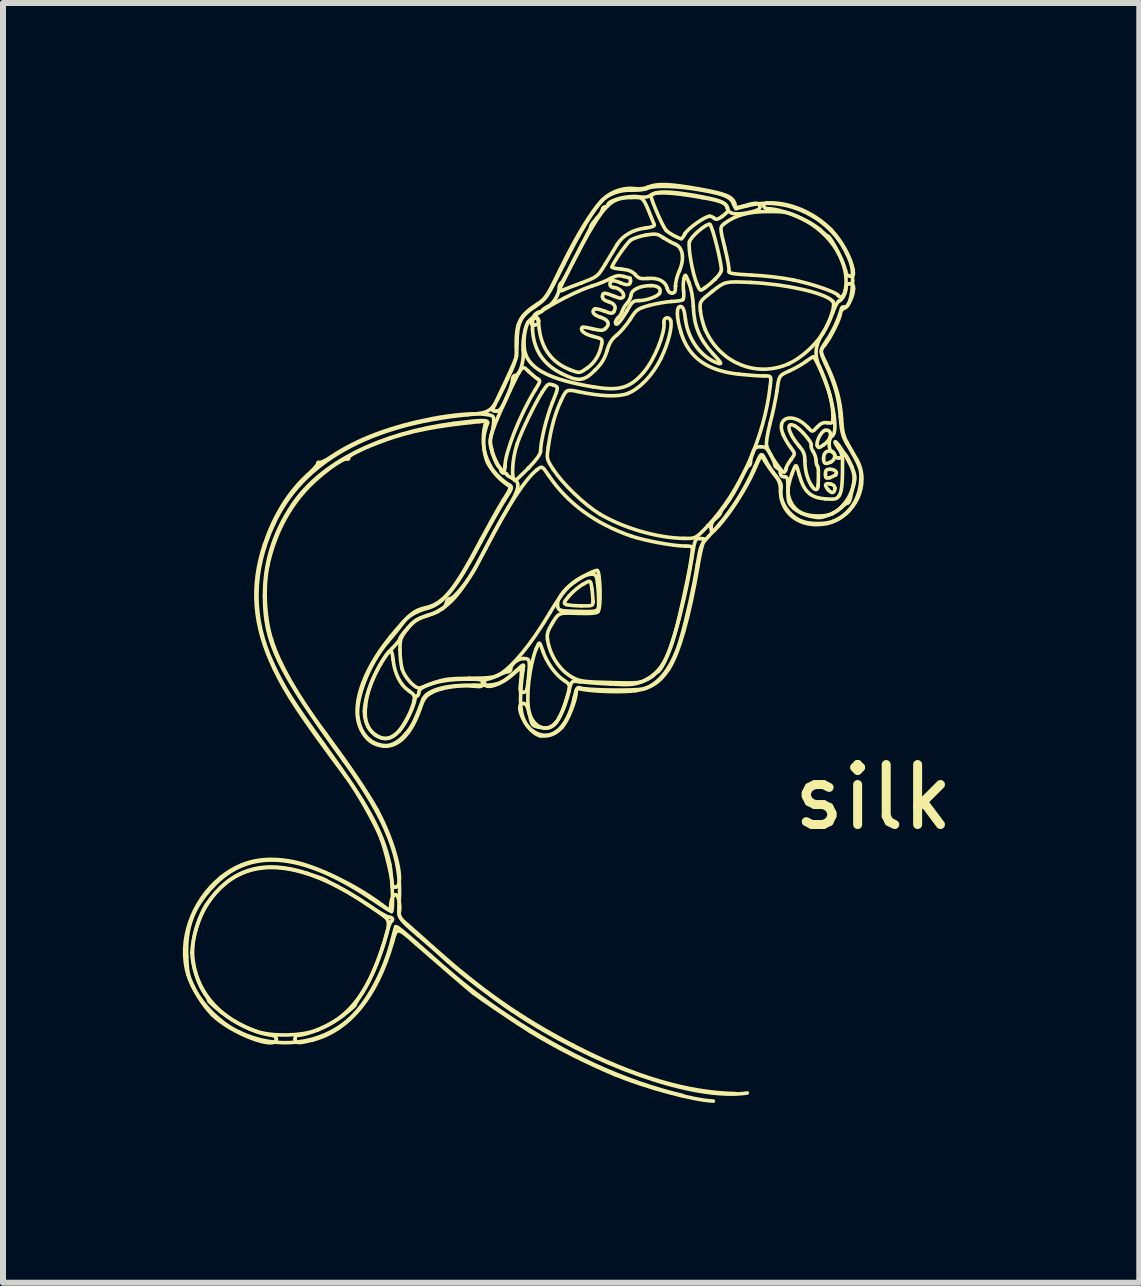
<source format=kicad_pcb>
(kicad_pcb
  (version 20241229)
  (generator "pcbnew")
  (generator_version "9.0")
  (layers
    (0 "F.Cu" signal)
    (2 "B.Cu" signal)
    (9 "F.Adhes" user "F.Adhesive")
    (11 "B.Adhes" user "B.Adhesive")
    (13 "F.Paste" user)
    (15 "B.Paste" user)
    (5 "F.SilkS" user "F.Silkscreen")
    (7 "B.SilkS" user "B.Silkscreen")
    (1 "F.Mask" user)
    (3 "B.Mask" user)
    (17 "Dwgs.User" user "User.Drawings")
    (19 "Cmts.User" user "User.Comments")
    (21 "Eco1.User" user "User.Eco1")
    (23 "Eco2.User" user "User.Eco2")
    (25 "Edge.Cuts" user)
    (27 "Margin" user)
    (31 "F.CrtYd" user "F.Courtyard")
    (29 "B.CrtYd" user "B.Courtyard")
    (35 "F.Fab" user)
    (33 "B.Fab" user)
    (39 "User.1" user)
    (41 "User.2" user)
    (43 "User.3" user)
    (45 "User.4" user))
  (footprint "silk"
    (layer "F.Cu")
    (at 8.192 12.153)
    (property "Reference" "silk" (at 3.32 -1.91 0) (layer "F.SilkS") (effects (font (size 1 1) (thickness 0.15))))
    (attr through_hole)
    (fp_line (start -5.944 1.968) (end -5.944 1.968) (stroke (width 0.06) (type solid)) (layer "F.SilkS"))
    (fp_line (start -4.697 -0.423) (end -4.697 -0.423) (stroke (width 0.06) (type solid)) (layer "F.SilkS"))
    (fp_line (start -4.591 -3.01) (end -4.591 -3.01) (stroke (width 0.06) (type solid)) (layer "F.SilkS"))
    (fp_line (start -3.994 -3.822) (end -3.994 -3.822) (stroke (width 0.06) (type solid)) (layer "F.SilkS"))
    (fp_line (start -2.997 -8.447) (end -2.997 -8.447) (stroke (width 0.06) (type solid)) (layer "F.SilkS"))
    (fp_line (start -2.822 -7.429) (end -2.822 -7.429) (stroke (width 0.06) (type solid)) (layer "F.SilkS"))
    (fp_line (start -2.557 -3.863) (end -2.557 -3.863) (stroke (width 0.06) (type solid)) (layer "F.SilkS"))
    (fp_line (start -2.432 -7.397) (end -2.432 -7.397) (stroke (width 0.06) (type solid)) (layer "F.SilkS"))
    (fp_line (start -2.232 -2.935) (end -2.232 -2.935) (stroke (width 0.06) (type solid)) (layer "F.SilkS"))
    (fp_line (start -1.969 -3.16) (end -1.969 -3.16) (stroke (width 0.06) (type solid)) (layer "F.SilkS"))
    (fp_line (start -1.891 -5.026) (end -1.891 -5.026) (stroke (width 0.06) (type solid)) (layer "F.SilkS"))
    (fp_line (start -1.541 -10.488) (end -1.541 -10.488) (stroke (width 0.06) (type solid)) (layer "F.SilkS"))
    (fp_line (start -1.354 -5.173) (end -1.354 -5.173) (stroke (width 0.06) (type solid)) (layer "F.SilkS"))
    (fp_line (start -0.788 -10.022) (end -0.788 -10.022) (stroke (width 0.06) (type solid)) (layer "F.SilkS"))
    (fp_line (start 0.021 -10.432) (end 0.021 -10.432) (stroke (width 0.06) (type solid)) (layer "F.SilkS"))
    (fp_line (start 0.177 -11.304) (end 0.177 -11.304) (stroke (width 0.06) (type solid)) (layer "F.SilkS"))
    (fp_line (start 0.559 -6.435) (end 0.559 -6.435) (stroke (width 0.06) (type solid)) (layer "F.SilkS"))
    (fp_line (start 0.615 -6.401) (end 0.615 -6.401) (stroke (width 0.06) (type solid)) (layer "F.SilkS"))
    (fp_line (start 0.684 -10.551) (end 0.684 -10.551) (stroke (width 0.06) (type solid)) (layer "F.SilkS"))
    (fp_line (start 1.865 -7.391) (end 1.865 -7.391) (stroke (width 0.06) (type solid)) (layer "F.SilkS"))
    (fp_line (start 1.915 -9.141) (end 1.915 -9.141) (stroke (width 0.06) (type solid)) (layer "F.SilkS"))
    (fp_line (start 2.4 -7.113) (end 2.4 -7.113) (stroke (width 0.06) (type solid)) (layer "F.SilkS"))
    (fp_line (start 2.599 -7.913) (end 2.599 -7.913) (stroke (width 0.06) (type solid)) (layer "F.SilkS"))
    (fp_line (start 2.618 -7.504) (end 2.618 -7.504) (stroke (width 0.06) (type solid)) (layer "F.SilkS"))
    (fp_line (start 2.64 -6.641) (end 2.64 -6.641) (stroke (width 0.06) (type solid)) (layer "F.SilkS"))
    (fp_line (start 2.678 -7.063) (end 2.678 -7.063) (stroke (width 0.06) (type solid)) (layer "F.SilkS"))
    (fp_line (start 2.69 -7.285) (end 2.69 -7.285) (stroke (width 0.06) (type solid)) (layer "F.SilkS"))
    (fp_line (start 2.853 -10.366) (end 2.853 -10.366) (stroke (width 0.06) (type solid)) (layer "F.SilkS"))
    (fp_line (start 2.856 -10.688) (end 2.856 -10.688) (stroke (width 0.06) (type solid)) (layer "F.SilkS"))
    (fp_curve (pts (xy -8.129 0.74) (xy -8.147 0.256) (xy -8.026 -0.069) (xy -7.694 -0.423)) (stroke (width 0.06) (type solid)) (layer "F.SilkS"))
    (fp_curve (pts (xy -8.11 1.046) (xy -8.276 0.496) (xy -8.047 -0.179) (xy -7.557 -0.576)) (stroke (width 0.06) (type solid)) (layer "F.SilkS"))
    (fp_curve (pts (xy -8.041 0.684) (xy -8.041 0.884) (xy -7.938 1.212) (xy -7.823 1.371)) (stroke (width 0.06) (type solid)) (layer "F.SilkS"))
    (fp_curve (pts (xy -8.016 0.856) (xy -7.932 1.374) (xy -7.551 1.787) (xy -6.979 1.99)) (stroke (width 0.06) (type solid)) (layer "F.SilkS"))
    (fp_curve (pts (xy -8.013 1.262) (xy -8.107 1.068) (xy -8.119 1.012) (xy -8.129 0.74)) (stroke (width 0.06) (type solid)) (layer "F.SilkS"))
    (fp_curve (pts (xy -7.823 1.371) (xy -7.788 1.418) (xy -7.76 1.471) (xy -7.76 1.487)) (stroke (width 0.06) (type solid)) (layer "F.SilkS"))
    (fp_curve (pts (xy -7.801 -0.119) (xy -7.919 0.059) (xy -8.041 0.459) (xy -8.041 0.684)) (stroke (width 0.06) (type solid)) (layer "F.SilkS"))
    (fp_curve (pts (xy -7.76 1.487) (xy -7.757 1.499) (xy -7.663 1.587) (xy -7.547 1.678)) (stroke (width 0.06) (type solid)) (layer "F.SilkS"))
    (fp_curve (pts (xy -7.701 1.718) (xy -7.869 1.549) (xy -8.044 1.262) (xy -8.11 1.046)) (stroke (width 0.06) (type solid)) (layer "F.SilkS"))
    (fp_curve (pts (xy -7.694 -0.423) (xy -7.091 -1.069) (xy -6.229 -1.004) (xy -5.063 -0.226)) (stroke (width 0.06) (type solid)) (layer "F.SilkS"))
    (fp_curve (pts (xy -7.557 -0.576) (xy -7.216 -0.851) (xy -6.835 -0.932) (xy -6.351 -0.835)) (stroke (width 0.06) (type solid)) (layer "F.SilkS"))
    (fp_curve (pts (xy -7.547 1.678) (xy -7.319 1.859) (xy -6.982 2.018) (xy -6.769 2.049)) (stroke (width 0.06) (type solid)) (layer "F.SilkS"))
    (fp_curve (pts (xy -7.429 -0.516) (xy -7.844 -0.213) (xy -8.097 0.374) (xy -8.016 0.856)) (stroke (width 0.06) (type solid)) (layer "F.SilkS"))
    (fp_curve (pts (xy -7.254 2.006) (xy -7.563 1.862) (xy -7.866 1.562) (xy -8.013 1.262)) (stroke (width 0.06) (type solid)) (layer "F.SilkS"))
    (fp_curve (pts (xy -6.979 1.99) (xy -6.707 2.084) (xy -6.213 2.074) (xy -5.944 1.968)) (stroke (width 0.06) (type solid)) (layer "F.SilkS"))
    (fp_curve (pts (xy -6.832 -6.126) (xy -6.672 -6.604) (xy -6.429 -6.998) (xy -6.113 -7.285)) (stroke (width 0.06) (type solid)) (layer "F.SilkS"))
    (fp_curve (pts (xy -6.832 -5.269) (xy -6.832 -4.485) (xy -6.622 -4.054) (xy -5.507 -2.519)) (stroke (width 0.06) (type solid)) (layer "F.SilkS"))
    (fp_curve (pts (xy -6.776 -5.776) (xy -6.854 -5.416) (xy -6.829 -4.891) (xy -6.713 -4.535)) (stroke (width 0.06) (type solid)) (layer "F.SilkS"))
    (fp_curve (pts (xy -6.769 2.049) (xy -6.666 2.062) (xy -6.635 2.081) (xy -6.635 2.124)) (stroke (width 0.06) (type solid)) (layer "F.SilkS"))
    (fp_curve (pts (xy -6.713 -4.535) (xy -6.579 -4.113) (xy -6.285 -3.604) (xy -5.813 -2.969)) (stroke (width 0.06) (type solid)) (layer "F.SilkS"))
    (fp_curve (pts (xy -6.698 -4.141) (xy -7.051 -4.907) (xy -7.044 -5.676) (xy -6.679 -6.466)) (stroke (width 0.06) (type solid)) (layer "F.SilkS"))
    (fp_curve (pts (xy -6.679 -6.466) (xy -6.204 -7.501) (xy -5.085 -8.129) (xy -3.441 -8.288)) (stroke (width 0.06) (type solid)) (layer "F.SilkS"))
    (fp_curve (pts (xy -6.669 -4.051) (xy -7.016 -4.772) (xy -7.066 -5.426) (xy -6.832 -6.126)) (stroke (width 0.06) (type solid)) (layer "F.SilkS"))
    (fp_curve (pts (xy -6.635 2.124) (xy -6.635 2.315) (xy -7.394 2.024) (xy -7.701 1.718)) (stroke (width 0.06) (type solid)) (layer "F.SilkS"))
    (fp_curve (pts (xy -6.363 -6.788) (xy -6.679 -6.319) (xy -6.832 -5.826) (xy -6.832 -5.269)) (stroke (width 0.06) (type solid)) (layer "F.SilkS"))
    (fp_curve (pts (xy -6.351 -0.835) (xy -5.938 -0.751) (xy -5.294 -0.435) (xy -4.866 -0.11)) (stroke (width 0.06) (type solid)) (layer "F.SilkS"))
    (fp_curve (pts (xy -6.323 2.121) (xy -6.323 2.077) (xy -6.301 2.059) (xy -6.251 2.056)) (stroke (width 0.06) (type solid)) (layer "F.SilkS"))
    (fp_curve (pts (xy -6.251 2.056) (xy -6.104 2.053) (xy -5.719 1.884) (xy -5.526 1.731)) (stroke (width 0.06) (type solid)) (layer "F.SilkS"))
    (fp_curve (pts (xy -6.122 -7.06) (xy -6.444 -6.713) (xy -6.663 -6.288) (xy -6.776 -5.776)) (stroke (width 0.06) (type solid)) (layer "F.SilkS"))
    (fp_curve (pts (xy -6.119 -0.641) (xy -6.86 -0.882) (xy -7.394 -0.716) (xy -7.801 -0.119)) (stroke (width 0.06) (type solid)) (layer "F.SilkS"))
    (fp_curve (pts (xy -6.113 -7.285) (xy -6.013 -7.376) (xy -5.935 -7.463) (xy -5.941 -7.479)) (stroke (width 0.06) (type solid)) (layer "F.SilkS"))
    (fp_curve (pts (xy -6.026 2.137) (xy -6.272 2.199) (xy -6.323 2.196) (xy -6.323 2.121)) (stroke (width 0.06) (type solid)) (layer "F.SilkS"))
    (fp_curve (pts (xy -5.944 1.968) (xy -5.438 1.771) (xy -5.119 1.368) (xy -4.869 0.606)) (stroke (width 0.06) (type solid)) (layer "F.SilkS"))
    (fp_curve (pts (xy -5.941 -7.479) (xy -5.944 -7.494) (xy -5.935 -7.501) (xy -5.919 -7.491)) (stroke (width 0.06) (type solid)) (layer "F.SilkS"))
    (fp_curve (pts (xy -5.919 -7.491) (xy -5.904 -7.482) (xy -5.816 -7.522) (xy -5.722 -7.585)) (stroke (width 0.06) (type solid)) (layer "F.SilkS"))
    (fp_curve (pts (xy -5.847 -2.794) (xy -6.354 -3.491) (xy -6.513 -3.741) (xy -6.698 -4.141)) (stroke (width 0.06) (type solid)) (layer "F.SilkS"))
    (fp_curve (pts (xy -5.823 -0.535) (xy -5.832 -0.544) (xy -5.963 -0.591) (xy -6.119 -0.641)) (stroke (width 0.06) (type solid)) (layer "F.SilkS"))
    (fp_curve (pts (xy -5.813 -2.969) (xy -5.413 -2.429) (xy -5.1 -1.966) (xy -4.954 -1.697)) (stroke (width 0.06) (type solid)) (layer "F.SilkS"))
    (fp_curve (pts (xy -5.722 -7.585) (xy -5.294 -7.876) (xy -4.722 -8.091) (xy -4.035 -8.223)) (stroke (width 0.06) (type solid)) (layer "F.SilkS"))
    (fp_curve (pts (xy -5.619 -0.426) (xy -5.722 -0.476) (xy -5.813 -0.526) (xy -5.823 -0.535)) (stroke (width 0.06) (type solid)) (layer "F.SilkS"))
    (fp_curve (pts (xy -5.526 1.731) (xy -5.413 1.646) (xy -5.323 1.565) (xy -5.323 1.556)) (stroke (width 0.06) (type solid)) (layer "F.SilkS"))
    (fp_curve (pts (xy -5.507 -2.519) (xy -4.794 -1.538) (xy -4.535 -0.882) (xy -4.585 -0.176)) (stroke (width 0.06) (type solid)) (layer "F.SilkS"))
    (fp_curve (pts (xy -5.479 -2.263) (xy -6.229 -3.269) (xy -6.472 -3.635) (xy -6.669 -4.051)) (stroke (width 0.06) (type solid)) (layer "F.SilkS"))
    (fp_curve (pts (xy -5.454 -7.551) (xy -5.519 -7.576) (xy -5.907 -7.291) (xy -6.122 -7.06)) (stroke (width 0.06) (type solid)) (layer "F.SilkS"))
    (fp_curve (pts (xy -5.432 -7.566) (xy -5.422 -7.551) (xy -5.432 -7.544) (xy -5.454 -7.551)) (stroke (width 0.06) (type solid)) (layer "F.SilkS"))
    (fp_curve (pts (xy -5.419 1.79) (xy -5.894 2.218) (xy -6.632 2.306) (xy -7.254 2.006)) (stroke (width 0.06) (type solid)) (layer "F.SilkS"))
    (fp_curve (pts (xy -5.323 1.556) (xy -5.323 1.543) (xy -5.269 1.452) (xy -5.201 1.353)) (stroke (width 0.06) (type solid)) (layer "F.SilkS"))
    (fp_curve (pts (xy -5.272 -3.229) (xy -5.326 -3.529) (xy -5.091 -4.138) (xy -4.776 -4.504)) (stroke (width 0.06) (type solid)) (layer "F.SilkS"))
    (fp_curve (pts (xy -5.219 -3.035) (xy -5.404 -3.391) (xy -5.21 -4.001) (xy -4.729 -4.588)) (stroke (width 0.06) (type solid)) (layer "F.SilkS"))
    (fp_curve (pts (xy -5.201 1.353) (xy -5.063 1.143) (xy -4.882 0.706) (xy -4.801 0.384)) (stroke (width 0.06) (type solid)) (layer "F.SilkS"))
    (fp_curve (pts (xy -5.166 -3.341) (xy -5.166 -3.169) (xy -5.091 -3.016) (xy -4.972 -2.941)) (stroke (width 0.06) (type solid)) (layer "F.SilkS"))
    (fp_curve (pts (xy -5.147 -3.423) (xy -5.172 -3.185) (xy -5.119 -3.044) (xy -4.979 -2.947)) (stroke (width 0.06) (type solid)) (layer "F.SilkS"))
    (fp_curve (pts (xy -5.119 -0.123) (xy -5.291 -0.238) (xy -5.516 -0.376) (xy -5.619 -0.426)) (stroke (width 0.06) (type solid)) (layer "F.SilkS"))
    (fp_curve (pts (xy -5.063 -0.226) (xy -4.882 -0.104) (xy -4.725 -0.004) (xy -4.716 -0.004)) (stroke (width 0.06) (type solid)) (layer "F.SilkS"))
    (fp_curve (pts (xy -4.979 -2.947) (xy -4.838 -2.854) (xy -4.713 -2.873) (xy -4.591 -3.01)) (stroke (width 0.06) (type solid)) (layer "F.SilkS"))
    (fp_curve (pts (xy -4.972 -2.941) (xy -4.829 -2.851) (xy -4.71 -2.879) (xy -4.573 -3.032)) (stroke (width 0.06) (type solid)) (layer "F.SilkS"))
    (fp_curve (pts (xy -4.954 -1.697) (xy -4.641 -1.119) (xy -4.476 -0.41) (xy -4.654 -0.41)) (stroke (width 0.06) (type solid)) (layer "F.SilkS"))
    (fp_curve (pts (xy -4.91 -2.785) (xy -5.104 -2.835) (xy -5.229 -2.988) (xy -5.272 -3.229)) (stroke (width 0.06) (type solid)) (layer "F.SilkS"))
    (fp_curve (pts (xy -4.897 -4.129) (xy -5.041 -3.885) (xy -5.129 -3.641) (xy -5.147 -3.423)) (stroke (width 0.06) (type solid)) (layer "F.SilkS"))
    (fp_curve (pts (xy -4.888 -1.223) (xy -4.982 -1.466) (xy -5.291 -2.013) (xy -5.479 -2.263)) (stroke (width 0.06) (type solid)) (layer "F.SilkS"))
    (fp_curve (pts (xy -4.869 0.606) (xy -4.738 0.206) (xy -4.735 0.152) (xy -4.844 0.068)) (stroke (width 0.06) (type solid)) (layer "F.SilkS"))
    (fp_curve (pts (xy -4.866 -0.11) (xy -4.735 -0.007) (xy -4.729 -0.007) (xy -4.729 -0.076)) (stroke (width 0.06) (type solid)) (layer "F.SilkS"))
    (fp_curve (pts (xy -4.851 -2.763) (xy -5.022 -2.782) (xy -5.132 -2.863) (xy -5.219 -3.035)) (stroke (width 0.06) (type solid)) (layer "F.SilkS"))
    (fp_curve (pts (xy -4.844 0.068) (xy -5.957 -0.751) (xy -6.829 -0.947) (xy -7.429 -0.516)) (stroke (width 0.06) (type solid)) (layer "F.SilkS"))
    (fp_curve (pts (xy -4.835 -7.86) (xy -5.172 -7.738) (xy -5.454 -7.601) (xy -5.432 -7.566)) (stroke (width 0.06) (type solid)) (layer "F.SilkS"))
    (fp_curve (pts (xy -4.801 0.384) (xy -4.769 0.265) (xy -4.735 0.165) (xy -4.719 0.159)) (stroke (width 0.06) (type solid)) (layer "F.SilkS"))
    (fp_curve (pts (xy -4.776 -4.504) (xy -4.679 -4.616) (xy -4.569 -4.751) (xy -4.532 -4.807)) (stroke (width 0.06) (type solid)) (layer "F.SilkS"))
    (fp_curve (pts (xy -4.751 0.09) (xy -4.782 0.09) (xy -4.948 -0.004) (xy -5.119 -0.123)) (stroke (width 0.06) (type solid)) (layer "F.SilkS"))
    (fp_curve (pts (xy -4.741 -0.785) (xy -4.857 -1.326) (xy -5.11 -1.788) (xy -5.847 -2.794)) (stroke (width 0.06) (type solid)) (layer "F.SilkS"))
    (fp_curve (pts (xy -4.729 -4.588) (xy -4.426 -4.957) (xy -4.344 -5.026) (xy -4.151 -5.069)) (stroke (width 0.06) (type solid)) (layer "F.SilkS"))
    (fp_curve (pts (xy -4.729 -0.076) (xy -4.729 -0.191) (xy -4.691 -0.285) (xy -4.647 -0.285)) (stroke (width 0.06) (type solid)) (layer "F.SilkS"))
    (fp_curve (pts (xy -4.719 0.159) (xy -4.676 0.137) (xy -4.697 0.09) (xy -4.751 0.09)) (stroke (width 0.06) (type solid)) (layer "F.SilkS"))
    (fp_curve (pts (xy -4.716 -0.004) (xy -4.679 -0.004) (xy -4.701 -0.585) (xy -4.741 -0.785)) (stroke (width 0.06) (type solid)) (layer "F.SilkS"))
    (fp_curve (pts (xy -4.71 -4.385) (xy -4.926 -4.176) (xy -5.166 -3.626) (xy -5.166 -3.341)) (stroke (width 0.06) (type solid)) (layer "F.SilkS"))
    (fp_curve (pts (xy -4.707 0.478) (xy -4.838 1.002) (xy -5.122 1.521) (xy -5.419 1.79)) (stroke (width 0.06) (type solid)) (layer "F.SilkS"))
    (fp_curve (pts (xy -4.697 -0.423) (xy -4.697 -0.538) (xy -4.816 -1.038) (xy -4.888 -1.223)) (stroke (width 0.06) (type solid)) (layer "F.SilkS"))
    (fp_curve (pts (xy -4.697 0.506) (xy -4.957 1.415) (xy -5.416 1.978) (xy -6.026 2.137)) (stroke (width 0.06) (type solid)) (layer "F.SilkS"))
    (fp_curve (pts (xy -4.688 -4.207) (xy -4.71 -4.413) (xy -4.738 -4.401) (xy -4.897 -4.129)) (stroke (width 0.06) (type solid)) (layer "F.SilkS"))
    (fp_curve (pts (xy -4.654 -0.41) (xy -4.679 -0.41) (xy -4.697 -0.416) (xy -4.697 -0.423)) (stroke (width 0.06) (type solid)) (layer "F.SilkS"))
    (fp_curve (pts (xy -4.647 -0.285) (xy -4.597 -0.285) (xy -4.557 -0.098) (xy -4.585 0.009)) (stroke (width 0.06) (type solid)) (layer "F.SilkS"))
    (fp_curve (pts (xy -4.644 0.249) (xy -4.651 0.256) (xy -4.676 0.359) (xy -4.707 0.478)) (stroke (width 0.06) (type solid)) (layer "F.SilkS"))
    (fp_curve (pts (xy -4.591 -3.01) (xy -4.491 -3.126) (xy -4.363 -3.382) (xy -4.338 -3.522)) (stroke (width 0.06) (type solid)) (layer "F.SilkS"))
    (fp_curve (pts (xy -4.585 -0.176) (xy -4.604 0.106) (xy -4.604 0.106) (xy -4.282 0.381)) (stroke (width 0.06) (type solid)) (layer "F.SilkS"))
    (fp_curve (pts (xy -4.585 0.009) (xy -4.601 0.074) (xy -4.573 0.112) (xy -4.391 0.265)) (stroke (width 0.06) (type solid)) (layer "F.SilkS"))
    (fp_curve (pts (xy -4.573 -4.557) (xy -4.573 -4.535) (xy -4.635 -4.46) (xy -4.71 -4.385)) (stroke (width 0.06) (type solid)) (layer "F.SilkS"))
    (fp_curve (pts (xy -4.573 -4.369) (xy -4.573 -4.263) (xy -4.557 -4.119) (xy -4.538 -4.051)) (stroke (width 0.06) (type solid)) (layer "F.SilkS"))
    (fp_curve (pts (xy -4.573 -3.032) (xy -4.472 -3.144) (xy -4.322 -3.463) (xy -4.322 -3.56)) (stroke (width 0.06) (type solid)) (layer "F.SilkS"))
    (fp_curve (pts (xy -4.538 -4.051) (xy -4.494 -3.901) (xy -4.313 -3.707) (xy -4.235 -3.732)) (stroke (width 0.06) (type solid)) (layer "F.SilkS"))
    (fp_curve (pts (xy -4.532 -4.807) (xy -4.454 -4.923) (xy -4.304 -5.013) (xy -4.11 -5.063)) (stroke (width 0.06) (type solid)) (layer "F.SilkS"))
    (fp_curve (pts (xy -4.472 -2.973) (xy -4.619 -2.801) (xy -4.754 -2.741) (xy -4.91 -2.785)) (stroke (width 0.06) (type solid)) (layer "F.SilkS"))
    (fp_curve (pts (xy -4.448 -4.719) (xy -4.563 -4.572) (xy -4.573 -4.544) (xy -4.573 -4.369)) (stroke (width 0.06) (type solid)) (layer "F.SilkS"))
    (fp_curve (pts (xy -4.441 -4.735) (xy -4.513 -4.657) (xy -4.573 -4.576) (xy -4.573 -4.557)) (stroke (width 0.06) (type solid)) (layer "F.SilkS"))
    (fp_curve (pts (xy -4.429 -3.688) (xy -4.566 -3.779) (xy -4.666 -3.979) (xy -4.688 -4.207)) (stroke (width 0.06) (type solid)) (layer "F.SilkS"))
    (fp_curve (pts (xy -4.391 0.265) (xy -4.276 0.365) (xy -4.11 0.512) (xy -4.026 0.59)) (stroke (width 0.06) (type solid)) (layer "F.SilkS"))
    (fp_curve (pts (xy -4.338 -3.522) (xy -4.322 -3.601) (xy -4.335 -3.623) (xy -4.429 -3.688)) (stroke (width 0.06) (type solid)) (layer "F.SilkS"))
    (fp_curve (pts (xy -4.322 -3.56) (xy -4.322 -3.582) (xy -4.307 -3.598) (xy -4.291 -3.598)) (stroke (width 0.06) (type solid)) (layer "F.SilkS"))
    (fp_curve (pts (xy -4.301 0.537) (xy -4.626 0.249) (xy -4.626 0.249) (xy -4.697 0.506)) (stroke (width 0.06) (type solid)) (layer "F.SilkS"))
    (fp_curve (pts (xy -4.291 -3.598) (xy -4.272 -3.598) (xy -4.26 -3.623) (xy -4.26 -3.654)) (stroke (width 0.06) (type solid)) (layer "F.SilkS"))
    (fp_curve (pts (xy -4.282 0.381) (xy -4.107 0.531) (xy -3.879 0.731) (xy -3.776 0.827)) (stroke (width 0.06) (type solid)) (layer "F.SilkS"))
    (fp_curve (pts (xy -4.26 -3.654) (xy -4.26 -3.772) (xy -3.894 -3.879) (xy -3.485 -3.879)) (stroke (width 0.06) (type solid)) (layer "F.SilkS"))
    (fp_curve (pts (xy -4.241 -3.376) (xy -4.385 -2.96) (xy -4.604 -2.738) (xy -4.851 -2.763)) (stroke (width 0.06) (type solid)) (layer "F.SilkS"))
    (fp_curve (pts (xy -4.235 -3.732) (xy -4.207 -3.744) (xy -4.097 -3.782) (xy -3.994 -3.822)) (stroke (width 0.06) (type solid)) (layer "F.SilkS"))
    (fp_curve (pts (xy -4.191 -3.538) (xy -4.319 -3.197) (xy -4.372 -3.085) (xy -4.472 -2.973)) (stroke (width 0.06) (type solid)) (layer "F.SilkS"))
    (fp_curve (pts (xy -4.151 -5.069) (xy -3.85 -5.135) (xy -3.663 -5.363) (xy -3.229 -6.188)) (stroke (width 0.06) (type solid)) (layer "F.SilkS"))
    (fp_curve (pts (xy -4.138 -4.932) (xy -4.269 -4.891) (xy -4.344 -4.844) (xy -4.441 -4.735)) (stroke (width 0.06) (type solid)) (layer "F.SilkS"))
    (fp_curve (pts (xy -4.11 -5.063) (xy -3.844 -5.135) (xy -3.632 -5.401) (xy -3.229 -6.16)) (stroke (width 0.06) (type solid)) (layer "F.SilkS"))
    (fp_curve (pts (xy -4.104 -4.944) (xy -4.297 -4.885) (xy -4.338 -4.857) (xy -4.448 -4.719)) (stroke (width 0.06) (type solid)) (layer "F.SilkS"))
    (fp_curve (pts (xy -4.054 0.737) (xy -4.519 0.321) (xy -4.632 0.231) (xy -4.644 0.249)) (stroke (width 0.06) (type solid)) (layer "F.SilkS"))
    (fp_curve (pts (xy -4.051 -3.651) (xy -4.154 -3.591) (xy -4.182 -3.551) (xy -4.241 -3.376)) (stroke (width 0.06) (type solid)) (layer "F.SilkS"))
    (fp_curve (pts (xy -4.035 -8.223) (xy -3.716 -8.285) (xy -3.36 -8.316) (xy -3.188 -8.298)) (stroke (width 0.06) (type solid)) (layer "F.SilkS"))
    (fp_curve (pts (xy -4.026 0.59) (xy -3.229 1.303) (xy -2.554 1.777) (xy -1.691 2.224)) (stroke (width 0.06) (type solid)) (layer "F.SilkS"))
    (fp_curve (pts (xy -3.994 -3.822) (xy -3.838 -3.879) (xy -3.741 -3.891) (xy -3.416 -3.894)) (stroke (width 0.06) (type solid)) (layer "F.SilkS"))
    (fp_curve (pts (xy -3.947 -5.004) (xy -3.957 -4.994) (xy -4.041 -4.963) (xy -4.138 -4.932)) (stroke (width 0.06) (type solid)) (layer "F.SilkS"))
    (fp_curve (pts (xy -3.869 -5.054) (xy -3.904 -5.035) (xy -3.938 -5.013) (xy -3.947 -5.004)) (stroke (width 0.06) (type solid)) (layer "F.SilkS"))
    (fp_curve (pts (xy -3.797 -5.157) (xy -3.804 -5.119) (xy -3.835 -5.072) (xy -3.869 -5.054)) (stroke (width 0.06) (type solid)) (layer "F.SilkS"))
    (fp_curve (pts (xy -3.776 0.827) (xy -3.579 1.009) (xy -3.035 1.428) (xy -2.713 1.643)) (stroke (width 0.06) (type solid)) (layer "F.SilkS"))
    (fp_curve (pts (xy -3.729 -5.223) (xy -3.763 -5.223) (xy -3.791 -5.197) (xy -3.797 -5.157)) (stroke (width 0.06) (type solid)) (layer "F.SilkS"))
    (fp_curve (pts (xy -3.676 -8.144) (xy -4.91 -7.982) (xy -5.897 -7.485) (xy -6.363 -6.788)) (stroke (width 0.06) (type solid)) (layer "F.SilkS"))
    (fp_curve (pts (xy -3.485 -3.879) (xy -3.213 -3.879) (xy -3.197 -3.876) (xy -3.197 -3.813)) (stroke (width 0.06) (type solid)) (layer "F.SilkS"))
    (fp_curve (pts (xy -3.441 -8.288) (xy -3.047 -8.326) (xy -3.047 -8.326) (xy -2.835 -8.766)) (stroke (width 0.06) (type solid)) (layer "F.SilkS"))
    (fp_curve (pts (xy -3.416 -3.894) (xy -3.116 -3.894) (xy -3.004 -3.907) (xy -2.932 -3.947)) (stroke (width 0.06) (type solid)) (layer "F.SilkS"))
    (fp_curve (pts (xy -3.36 -3.763) (xy -3.591 -3.785) (xy -3.904 -3.735) (xy -4.051 -3.651)) (stroke (width 0.06) (type solid)) (layer "F.SilkS"))
    (fp_curve (pts (xy -3.35 1.356) (xy -3.466 1.262) (xy -3.994 0.806) (xy -4.301 0.537)) (stroke (width 0.06) (type solid)) (layer "F.SilkS"))
    (fp_curve (pts (xy -3.332 -3.779) (xy -3.804 -3.788) (xy -4.132 -3.697) (xy -4.191 -3.538)) (stroke (width 0.06) (type solid)) (layer "F.SilkS"))
    (fp_curve (pts (xy -3.319 -5.729) (xy -3.416 -5.541) (xy -3.676 -5.223) (xy -3.729 -5.223)) (stroke (width 0.06) (type solid)) (layer "F.SilkS"))
    (fp_curve (pts (xy -3.251 -8.173) (xy -3.972 -8.101) (xy -4.407 -8.016) (xy -4.835 -7.86)) (stroke (width 0.06) (type solid)) (layer "F.SilkS"))
    (fp_curve (pts (xy -3.229 -6.188) (xy -3.094 -6.441) (xy -2.926 -6.744) (xy -2.85 -6.863)) (stroke (width 0.06) (type solid)) (layer "F.SilkS"))
    (fp_curve (pts (xy -3.229 -6.16) (xy -3.088 -6.426) (xy -2.907 -6.741) (xy -2.832 -6.863)) (stroke (width 0.06) (type solid)) (layer "F.SilkS"))
    (fp_curve (pts (xy -3.197 -3.813) (xy -3.197 -3.751) (xy -3.21 -3.748) (xy -3.36 -3.763)) (stroke (width 0.06) (type solid)) (layer "F.SilkS"))
    (fp_curve (pts (xy -3.188 -8.298) (xy -3.016 -8.279) (xy -3.01 -8.272) (xy -3.01 -8.188)) (stroke (width 0.06) (type solid)) (layer "F.SilkS"))
    (fp_curve (pts (xy -3.166 -3.816) (xy -3.166 -3.851) (xy -3.144 -3.879) (xy -3.119 -3.879)) (stroke (width 0.06) (type solid)) (layer "F.SilkS"))
    (fp_curve (pts (xy -3.157 -8.104) (xy -3.129 -8.185) (xy -3.132 -8.185) (xy -3.251 -8.173)) (stroke (width 0.06) (type solid)) (layer "F.SilkS"))
    (fp_curve (pts (xy -3.147 -6.051) (xy -3.535 -5.31) (xy -3.763 -5.048) (xy -4.104 -4.944)) (stroke (width 0.06) (type solid)) (layer "F.SilkS"))
    (fp_curve (pts (xy -3.119 -3.879) (xy -3.091 -3.879) (xy -3.01 -3.907) (xy -2.941 -3.941)) (stroke (width 0.06) (type solid)) (layer "F.SilkS"))
    (fp_curve (pts (xy -3.113 -8.147) (xy -3.091 -8.207) (xy -3.213 -8.204) (xy -3.676 -8.144)) (stroke (width 0.06) (type solid)) (layer "F.SilkS"))
    (fp_curve (pts (xy -3.11 -7.485) (xy -3.182 -7.623) (xy -3.207 -7.941) (xy -3.157 -8.104)) (stroke (width 0.06) (type solid)) (layer "F.SilkS"))
    (fp_curve (pts (xy -3.072 -7.444) (xy -3.201 -7.688) (xy -3.21 -7.894) (xy -3.113 -8.147)) (stroke (width 0.06) (type solid)) (layer "F.SilkS"))
    (fp_curve (pts (xy -3.047 -7.96) (xy -3.079 -7.841) (xy -3.076 -7.791) (xy -3.032 -7.647)) (stroke (width 0.06) (type solid)) (layer "F.SilkS"))
    (fp_curve (pts (xy -3.044 -7.713) (xy -3.01 -7.557) (xy -2.894 -7.348) (xy -2.844 -7.348)) (stroke (width 0.06) (type solid)) (layer "F.SilkS"))
    (fp_curve (pts (xy -3.032 -7.647) (xy -3.001 -7.551) (xy -2.957 -7.454) (xy -2.932 -7.429)) (stroke (width 0.06) (type solid)) (layer "F.SilkS"))
    (fp_curve (pts (xy -3.01 -8.188) (xy -3.01 -8.138) (xy -3.026 -8.035) (xy -3.047 -7.96)) (stroke (width 0.06) (type solid)) (layer "F.SilkS"))
    (fp_curve (pts (xy -3.01 -8.072) (xy -3.076 -7.894) (xy -3.079 -7.86) (xy -3.044 -7.713)) (stroke (width 0.06) (type solid)) (layer "F.SilkS"))
    (fp_curve (pts (xy -2.997 -8.447) (xy -2.972 -8.504) (xy -2.879 -8.704) (xy -2.788 -8.894)) (stroke (width 0.06) (type solid)) (layer "F.SilkS"))
    (fp_curve (pts (xy -2.969 -8.348) (xy -3.038 -8.348) (xy -3.041 -8.351) (xy -2.997 -8.447)) (stroke (width 0.06) (type solid)) (layer "F.SilkS"))
    (fp_curve (pts (xy -2.941 -3.941) (xy -2.869 -3.976) (xy -2.791 -4.004) (xy -2.769 -4.004)) (stroke (width 0.06) (type solid)) (layer "F.SilkS"))
    (fp_curve (pts (xy -2.932 -7.429) (xy -2.907 -7.404) (xy -2.885 -7.369) (xy -2.885 -7.351)) (stroke (width 0.06) (type solid)) (layer "F.SilkS"))
    (fp_curve (pts (xy -2.932 -3.947) (xy -2.71 -4.066) (xy -2.385 -4.46) (xy -2.072 -4.988)) (stroke (width 0.06) (type solid)) (layer "F.SilkS"))
    (fp_curve (pts (xy -2.885 -7.351) (xy -2.885 -7.332) (xy -2.863 -7.316) (xy -2.838 -7.316)) (stroke (width 0.06) (type solid)) (layer "F.SilkS"))
    (fp_curve (pts (xy -2.85 -6.863) (xy -2.716 -7.076) (xy -2.716 -7.076) (xy -2.788 -7.126)) (stroke (width 0.06) (type solid)) (layer "F.SilkS"))
    (fp_curve (pts (xy -2.844 -7.348) (xy -2.832 -7.348) (xy -2.822 -7.385) (xy -2.822 -7.429)) (stroke (width 0.06) (type solid)) (layer "F.SilkS"))
    (fp_curve (pts (xy -2.838 -7.316) (xy -2.813 -7.316) (xy -2.791 -7.307) (xy -2.791 -7.291)) (stroke (width 0.06) (type solid)) (layer "F.SilkS"))
    (fp_curve (pts (xy -2.835 -8.766) (xy -2.632 -9.197) (xy -2.626 -9.213) (xy -2.622 -9.473)) (stroke (width 0.06) (type solid)) (layer "F.SilkS"))
    (fp_curve (pts (xy -2.832 -6.863) (xy -2.701 -7.06) (xy -2.694 -7.082) (xy -2.744 -7.113)) (stroke (width 0.06) (type solid)) (layer "F.SilkS"))
    (fp_curve (pts (xy -2.822 -7.429) (xy -2.822 -7.657) (xy -2.572 -8.288) (xy -2.319 -8.701)) (stroke (width 0.06) (type solid)) (layer "F.SilkS"))
    (fp_curve (pts (xy -2.797 -8.569) (xy -2.879 -8.385) (xy -2.91 -8.348) (xy -2.969 -8.348)) (stroke (width 0.06) (type solid)) (layer "F.SilkS"))
    (fp_curve (pts (xy -2.791 -7.291) (xy -2.791 -7.279) (xy -2.748 -7.251) (xy -2.697 -7.229)) (stroke (width 0.06) (type solid)) (layer "F.SilkS"))
    (fp_curve (pts (xy -2.788 -8.894) (xy -2.701 -9.082) (xy -2.626 -9.251) (xy -2.629 -9.269)) (stroke (width 0.06) (type solid)) (layer "F.SilkS"))
    (fp_curve (pts (xy -2.788 -7.126) (xy -2.913 -7.207) (xy -3.041 -7.351) (xy -3.11 -7.485)) (stroke (width 0.06) (type solid)) (layer "F.SilkS"))
    (fp_curve (pts (xy -2.772 -6.735) (xy -2.913 -6.501) (xy -3.054 -6.238) (xy -3.319 -5.729)) (stroke (width 0.06) (type solid)) (layer "F.SilkS"))
    (fp_curve (pts (xy -2.769 -4.004) (xy -2.748 -4.004) (xy -2.729 -4.022) (xy -2.729 -4.041)) (stroke (width 0.06) (type solid)) (layer "F.SilkS"))
    (fp_curve (pts (xy -2.76 1.746) (xy -3.244 1.424) (xy -3.501 1.224) (xy -4.054 0.737)) (stroke (width 0.06) (type solid)) (layer "F.SilkS"))
    (fp_curve (pts (xy -2.744 -7.113) (xy -2.869 -7.185) (xy -3.016 -7.332) (xy -3.072 -7.444)) (stroke (width 0.06) (type solid)) (layer "F.SilkS"))
    (fp_curve (pts (xy -2.738 -8.694) (xy -2.847 -8.46) (xy -2.972 -8.182) (xy -3.01 -8.072)) (stroke (width 0.06) (type solid)) (layer "F.SilkS"))
    (fp_curve (pts (xy -2.729 -4.041) (xy -2.725 -4.126) (xy -2.61 -4.223) (xy -2.513 -4.223)) (stroke (width 0.06) (type solid)) (layer "F.SilkS"))
    (fp_curve (pts (xy -2.713 1.643) (xy -1.341 2.565) (xy 0.34 3.156) (xy 1.218 3.021)) (stroke (width 0.06) (type solid)) (layer "F.SilkS"))
    (fp_curve (pts (xy -2.697 -8.866) (xy -2.697 -8.822) (xy -2.741 -8.691) (xy -2.797 -8.569)) (stroke (width 0.06) (type solid)) (layer "F.SilkS"))
    (fp_curve (pts (xy -2.697 -7.229) (xy -2.56 -7.166) (xy -2.576 -7.06) (xy -2.772 -6.735)) (stroke (width 0.06) (type solid)) (layer "F.SilkS"))
    (fp_curve (pts (xy -2.676 -3.973) (xy -2.876 -3.782) (xy -3.166 -3.691) (xy -3.166 -3.816)) (stroke (width 0.06) (type solid)) (layer "F.SilkS"))
    (fp_curve (pts (xy -2.657 -8.941) (xy -2.679 -8.941) (xy -2.697 -8.907) (xy -2.697 -8.866)) (stroke (width 0.06) (type solid)) (layer "F.SilkS"))
    (fp_curve (pts (xy -2.651 -7.191) (xy -2.641 -7.191) (xy -2.544 -7.285) (xy -2.432 -7.397)) (stroke (width 0.06) (type solid)) (layer "F.SilkS"))
    (fp_curve (pts (xy -2.641 -4.013) (xy -2.888 -3.788) (xy -2.947 -3.769) (xy -3.332 -3.779)) (stroke (width 0.06) (type solid)) (layer "F.SilkS"))
    (fp_curve (pts (xy -2.629 -9.269) (xy -2.644 -9.46) (xy -2.635 -9.679) (xy -2.604 -9.776)) (stroke (width 0.06) (type solid)) (layer "F.SilkS"))
    (fp_curve (pts (xy -2.622 -9.473) (xy -2.616 -9.829) (xy -2.566 -9.929) (xy -2.322 -10.091)) (stroke (width 0.06) (type solid)) (layer "F.SilkS"))
    (fp_curve (pts (xy -2.619 -7.801) (xy -2.704 -7.551) (xy -2.722 -7.191) (xy -2.651 -7.191)) (stroke (width 0.06) (type solid)) (layer "F.SilkS"))
    (fp_curve (pts (xy -2.604 -9.776) (xy -2.557 -9.923) (xy -2.479 -10.007) (xy -2.285 -10.132)) (stroke (width 0.06) (type solid)) (layer "F.SilkS"))
    (fp_curve (pts (xy -2.56 -3.66) (xy -2.551 -3.807) (xy -2.532 -3.976) (xy -2.522 -4.035)) (stroke (width 0.06) (type solid)) (layer "F.SilkS"))
    (fp_curve (pts (xy -2.557 -4.066) (xy -2.566 -4.066) (xy -2.619 -4.022) (xy -2.676 -3.973)) (stroke (width 0.06) (type solid)) (layer "F.SilkS"))
    (fp_curve (pts (xy -2.557 -3.863) (xy -2.547 -3.976) (xy -2.544 -4.066) (xy -2.557 -4.066)) (stroke (width 0.06) (type solid)) (layer "F.SilkS"))
    (fp_curve (pts (xy -2.522 -4.035) (xy -2.501 -4.144) (xy -2.501 -4.144) (xy -2.641 -4.013)) (stroke (width 0.06) (type solid)) (layer "F.SilkS"))
    (fp_curve (pts (xy -2.519 -9.369) (xy -2.501 -9.176) (xy -2.572 -8.941) (xy -2.657 -8.941)) (stroke (width 0.06) (type solid)) (layer "F.SilkS"))
    (fp_curve (pts (xy -2.519 -3.66) (xy -2.576 -3.66) (xy -2.579 -3.676) (xy -2.557 -3.863)) (stroke (width 0.06) (type solid)) (layer "F.SilkS"))
    (fp_curve (pts (xy -2.513 -4.223) (xy -2.404 -4.223) (xy -2.401 -4.204) (xy -2.435 -3.851)) (stroke (width 0.06) (type solid)) (layer "F.SilkS"))
    (fp_curve (pts (xy -2.513 -3.473) (xy -2.469 -3.473) (xy -2.447 -3.432) (xy -2.413 -3.288)) (stroke (width 0.06) (type solid)) (layer "F.SilkS"))
    (fp_curve (pts (xy -2.482 -9.307) (xy -2.391 -9.038) (xy -2.051 -8.869) (xy -1.36 -8.754)) (stroke (width 0.06) (type solid)) (layer "F.SilkS"))
    (fp_curve (pts (xy -2.438 -9.019) (xy -2.535 -9.116) (xy -2.535 -9.116) (xy -2.738 -8.694)) (stroke (width 0.06) (type solid)) (layer "F.SilkS"))
    (fp_curve (pts (xy -2.435 -9.832) (xy -2.501 -9.732) (xy -2.526 -9.444) (xy -2.482 -9.307)) (stroke (width 0.06) (type solid)) (layer "F.SilkS"))
    (fp_curve (pts (xy -2.435 -3.851) (xy -2.454 -3.688) (xy -2.466 -3.66) (xy -2.519 -3.66)) (stroke (width 0.06) (type solid)) (layer "F.SilkS"))
    (fp_curve (pts (xy -2.432 -7.397) (xy -2.301 -7.532) (xy -2.229 -7.632) (xy -2.229 -7.676)) (stroke (width 0.06) (type solid)) (layer "F.SilkS"))
    (fp_curve (pts (xy -2.416 -3.319) (xy -2.344 -3.063) (xy -2.116 -2.982) (xy -1.969 -3.16)) (stroke (width 0.06) (type solid)) (layer "F.SilkS"))
    (fp_curve (pts (xy -2.413 -3.288) (xy -2.376 -3.11) (xy -2.366 -3.101) (xy -2.263 -3.079)) (stroke (width 0.06) (type solid)) (layer "F.SilkS"))
    (fp_curve (pts (xy -2.401 -9.848) (xy -2.46 -9.879) (xy -2.538 -9.563) (xy -2.519 -9.369)) (stroke (width 0.06) (type solid)) (layer "F.SilkS"))
    (fp_curve (pts (xy -2.401 1.996) (xy -2.607 1.871) (xy -3.238 1.443) (xy -3.35 1.356)) (stroke (width 0.06) (type solid)) (layer "F.SilkS"))
    (fp_curve (pts (xy -2.379 -9.807) (xy -2.373 -9.822) (xy -2.382 -9.838) (xy -2.401 -9.848)) (stroke (width 0.06) (type solid)) (layer "F.SilkS"))
    (fp_curve (pts (xy -2.363 -9.713) (xy -2.369 -9.857) (xy -2.36 -9.894) (xy -2.319 -9.904)) (stroke (width 0.06) (type solid)) (layer "F.SilkS"))
    (fp_curve (pts (xy -2.357 -3.013) (xy -2.516 -3.119) (xy -2.579 -3.322) (xy -2.56 -3.66)) (stroke (width 0.06) (type solid)) (layer "F.SilkS"))
    (fp_curve (pts (xy -2.322 -10.091) (xy -2.129 -10.223) (xy -2.129 -10.223) (xy -1.844 -10.794)) (stroke (width 0.06) (type solid)) (layer "F.SilkS"))
    (fp_curve (pts (xy -2.322 -9.957) (xy -2.354 -9.919) (xy -2.354 -9.91) (xy -2.31 -9.91)) (stroke (width 0.06) (type solid)) (layer "F.SilkS"))
    (fp_curve (pts (xy -2.322 -9.785) (xy -2.357 -9.785) (xy -2.382 -9.794) (xy -2.379 -9.807)) (stroke (width 0.06) (type solid)) (layer "F.SilkS"))
    (fp_curve (pts (xy -2.319 -9.904) (xy -2.279 -9.91) (xy -2.266 -9.876) (xy -2.251 -9.723)) (stroke (width 0.06) (type solid)) (layer "F.SilkS"))
    (fp_curve (pts (xy -2.319 -8.701) (xy -2.229 -8.848) (xy -2.225 -8.86) (xy -2.282 -8.888)) (stroke (width 0.06) (type solid)) (layer "F.SilkS"))
    (fp_curve (pts (xy -2.31 -9.91) (xy -2.282 -9.91) (xy -2.26 -9.885) (xy -2.26 -9.848)) (stroke (width 0.06) (type solid)) (layer "F.SilkS"))
    (fp_curve (pts (xy -2.301 -4.388) (xy -2.419 -4.088) (xy -2.479 -3.538) (xy -2.416 -3.319)) (stroke (width 0.06) (type solid)) (layer "F.SilkS"))
    (fp_curve (pts (xy -2.291 -7.369) (xy -2.491 -7.207) (xy -2.763 -6.788) (xy -3.147 -6.051)) (stroke (width 0.06) (type solid)) (layer "F.SilkS"))
    (fp_curve (pts (xy -2.285 -10.132) (xy -2.147 -10.219) (xy -2.119 -10.263) (xy -1.904 -10.707)) (stroke (width 0.06) (type solid)) (layer "F.SilkS"))
    (fp_curve (pts (xy -2.282 -8.888) (xy -2.313 -8.907) (xy -2.382 -8.966) (xy -2.438 -9.019)) (stroke (width 0.06) (type solid)) (layer "F.SilkS"))
    (fp_curve (pts (xy -2.263 -3.079) (xy -2.122 -3.051) (xy -2.072 -3.057) (xy -1.998 -3.123)) (stroke (width 0.06) (type solid)) (layer "F.SilkS"))
    (fp_curve (pts (xy -2.26 -9.848) (xy -2.26 -9.807) (xy -2.282 -9.785) (xy -2.322 -9.785)) (stroke (width 0.06) (type solid)) (layer "F.SilkS"))
    (fp_curve (pts (xy -2.251 -9.723) (xy -2.213 -9.391) (xy -2.038 -9.157) (xy -1.738 -9.038)) (stroke (width 0.06) (type solid)) (layer "F.SilkS"))
    (fp_curve (pts (xy -2.241 -10.004) (xy -2.263 -10.004) (xy -2.301 -9.982) (xy -2.322 -9.957)) (stroke (width 0.06) (type solid)) (layer "F.SilkS"))
    (fp_curve (pts (xy -2.232 -2.935) (xy -2.432 -2.96) (xy -2.701 -3.473) (xy -2.513 -3.473)) (stroke (width 0.06) (type solid)) (layer "F.SilkS"))
    (fp_curve (pts (xy -2.229 -7.676) (xy -2.229 -7.838) (xy -2.132 -8.241) (xy -2.032 -8.488)) (stroke (width 0.06) (type solid)) (layer "F.SilkS"))
    (fp_curve (pts (xy -2.201 -8.666) (xy -2.322 -8.476) (xy -2.554 -8.001) (xy -2.619 -7.801)) (stroke (width 0.06) (type solid)) (layer "F.SilkS"))
    (fp_curve (pts (xy -2.197 -10.029) (xy -2.197 -10.013) (xy -2.216 -10.004) (xy -2.241 -10.004)) (stroke (width 0.06) (type solid)) (layer "F.SilkS"))
    (fp_curve (pts (xy -2.191 -4.348) (xy -2.247 -4.516) (xy -2.247 -4.516) (xy -2.301 -4.388)) (stroke (width 0.06) (type solid)) (layer "F.SilkS"))
    (fp_curve (pts (xy -2.113 -4.538) (xy -2.072 -4.269) (xy -1.904 -4.016) (xy -1.685 -3.901)) (stroke (width 0.06) (type solid)) (layer "F.SilkS"))
    (fp_curve (pts (xy -2.11 -10.091) (xy -2.157 -10.069) (xy -2.197 -10.041) (xy -2.197 -10.029)) (stroke (width 0.06) (type solid)) (layer "F.SilkS"))
    (fp_curve (pts (xy -2.1 -7.754) (xy -2.129 -7.554) (xy -2.129 -7.548) (xy -2.019 -7.379)) (stroke (width 0.06) (type solid)) (layer "F.SilkS"))
    (fp_curve (pts (xy -2.094 -7.276) (xy -2.204 -7.438) (xy -2.204 -7.438) (xy -2.291 -7.369)) (stroke (width 0.06) (type solid)) (layer "F.SilkS"))
    (fp_curve (pts (xy -2.072 -4.988) (xy -1.982 -5.141) (xy -1.857 -5.322) (xy -1.794 -5.388)) (stroke (width 0.06) (type solid)) (layer "F.SilkS"))
    (fp_curve (pts (xy -2.032 -8.488) (xy -1.926 -8.751) (xy -1.926 -8.751) (xy -2.016 -8.782)) (stroke (width 0.06) (type solid)) (layer "F.SilkS"))
    (fp_curve (pts (xy -2.029 -4.819) (xy -2.11 -4.685) (xy -2.126 -4.629) (xy -2.113 -4.538)) (stroke (width 0.06) (type solid)) (layer "F.SilkS"))
    (fp_curve (pts (xy -2.019 -7.379) (xy -1.86 -7.135) (xy -1.494 -6.785) (xy -1.241 -6.632)) (stroke (width 0.06) (type solid)) (layer "F.SilkS"))
    (fp_curve (pts (xy -2.016 -8.782) (xy -2.1 -8.813) (xy -2.11 -8.807) (xy -2.201 -8.666)) (stroke (width 0.06) (type solid)) (layer "F.SilkS"))
    (fp_curve (pts (xy -1.998 -3.123) (xy -1.919 -3.191) (xy -1.81 -3.444) (xy -1.757 -3.669)) (stroke (width 0.06) (type solid)) (layer "F.SilkS"))
    (fp_curve (pts (xy -1.969 -3.16) (xy -1.926 -3.21) (xy -1.863 -3.341) (xy -1.829 -3.447)) (stroke (width 0.06) (type solid)) (layer "F.SilkS"))
    (fp_curve (pts (xy -1.947 -5.132) (xy -1.947 -5.307) (xy -1.576 -5.629) (xy -1.376 -5.629)) (stroke (width 0.06) (type solid)) (layer "F.SilkS"))
    (fp_curve (pts (xy -1.916 -10.41) (xy -1.916 -10.301) (xy -2.019 -10.129) (xy -2.11 -10.091)) (stroke (width 0.06) (type solid)) (layer "F.SilkS"))
    (fp_curve (pts (xy -1.916 -10.36) (xy -1.916 -10.351) (xy -1.891 -10.351) (xy -1.86 -10.363)) (stroke (width 0.06) (type solid)) (layer "F.SilkS"))
    (fp_curve (pts (xy -1.904 -10.707) (xy -1.626 -11.279) (xy -1.369 -11.697) (xy -1.194 -11.873)) (stroke (width 0.06) (type solid)) (layer "F.SilkS"))
    (fp_curve (pts (xy -1.891 -5.026) (xy -1.929 -5.035) (xy -1.947 -5.069) (xy -1.947 -5.132)) (stroke (width 0.06) (type solid)) (layer "F.SilkS"))
    (fp_curve (pts (xy -1.888 -10.479) (xy -1.904 -10.473) (xy -1.916 -10.441) (xy -1.916 -10.41)) (stroke (width 0.06) (type solid)) (layer "F.SilkS"))
    (fp_curve (pts (xy -1.888 -8.522) (xy -1.988 -8.31) (xy -2.057 -8.054) (xy -2.1 -7.754)) (stroke (width 0.06) (type solid)) (layer "F.SilkS"))
    (fp_curve (pts (xy -1.879 -8.976) (xy -2.188 -9.129) (xy -2.347 -9.376) (xy -2.363 -9.713)) (stroke (width 0.06) (type solid)) (layer "F.SilkS"))
    (fp_curve (pts (xy -1.866 -3.082) (xy -1.966 -2.966) (xy -2.091 -2.916) (xy -2.232 -2.935)) (stroke (width 0.06) (type solid)) (layer "F.SilkS"))
    (fp_curve (pts (xy -1.86 -10.363) (xy -1.832 -10.379) (xy -1.688 -10.435) (xy -1.541 -10.488)) (stroke (width 0.06) (type solid)) (layer "F.SilkS"))
    (fp_curve (pts (xy -1.844 -10.794) (xy -1.576 -11.329) (xy -1.372 -11.669) (xy -1.216 -11.844)) (stroke (width 0.06) (type solid)) (layer "F.SilkS"))
    (fp_curve (pts (xy -1.832 -3.854) (xy -1.975 -3.944) (xy -2.126 -4.157) (xy -2.191 -4.348)) (stroke (width 0.06) (type solid)) (layer "F.SilkS"))
    (fp_curve (pts (xy -1.829 -3.447) (xy -1.722 -3.779) (xy -1.722 -3.782) (xy -1.832 -3.854)) (stroke (width 0.06) (type solid)) (layer "F.SilkS"))
    (fp_curve (pts (xy -1.801 -5.123) (xy -1.769 -5.113) (xy -1.657 -5.101) (xy -1.547 -5.101)) (stroke (width 0.06) (type solid)) (layer "F.SilkS"))
    (fp_curve (pts (xy -1.794 -5.388) (xy -1.688 -5.504) (xy -1.369 -5.691) (xy -1.285 -5.691)) (stroke (width 0.06) (type solid)) (layer "F.SilkS"))
    (fp_curve (pts (xy -1.757 -3.669) (xy -1.716 -3.854) (xy -1.716 -3.854) (xy -1.576 -3.835)) (stroke (width 0.06) (type solid)) (layer "F.SilkS"))
    (fp_curve (pts (xy -1.751 -5.269) (xy -1.844 -5.16) (xy -1.851 -5.144) (xy -1.801 -5.123)) (stroke (width 0.06) (type solid)) (layer "F.SilkS"))
    (fp_curve (pts (xy -1.738 -9.038) (xy -1.579 -8.976) (xy -1.579 -8.976) (xy -1.447 -9.069)) (stroke (width 0.06) (type solid)) (layer "F.SilkS"))
    (fp_curve (pts (xy -1.691 -10.832) (xy -1.785 -10.641) (xy -1.872 -10.482) (xy -1.888 -10.479)) (stroke (width 0.06) (type solid)) (layer "F.SilkS"))
    (fp_curve (pts (xy -1.691 2.224) (xy -0.676 2.752) (xy 0.231 3.018) (xy 1.028 3.031)) (stroke (width 0.06) (type solid)) (layer "F.SilkS"))
    (fp_curve (pts (xy -1.685 -3.901) (xy -1.572 -3.844) (xy -1.494 -3.832) (xy -1.066 -3.822)) (stroke (width 0.06) (type solid)) (layer "F.SilkS"))
    (fp_curve (pts (xy -1.666 -3.576) (xy -1.785 -3.041) (xy -2.063 -2.816) (xy -2.357 -3.013)) (stroke (width 0.06) (type solid)) (layer "F.SilkS"))
    (fp_curve (pts (xy -1.635 -3.663) (xy -1.635 -3.532) (xy -1.772 -3.188) (xy -1.866 -3.082)) (stroke (width 0.06) (type solid)) (layer "F.SilkS"))
    (fp_curve (pts (xy -1.616 -4.976) (xy -1.926 -4.988) (xy -1.926 -4.988) (xy -2.029 -4.819)) (stroke (width 0.06) (type solid)) (layer "F.SilkS"))
    (fp_curve (pts (xy -1.6 -8.673) (xy -1.797 -8.713) (xy -1.797 -8.713) (xy -1.888 -8.522)) (stroke (width 0.06) (type solid)) (layer "F.SilkS"))
    (fp_curve (pts (xy -1.576 -3.835) (xy -1.497 -3.826) (xy -1.266 -3.807) (xy -1.063 -3.798)) (stroke (width 0.06) (type solid)) (layer "F.SilkS"))
    (fp_curve (pts (xy -1.576 -3.735) (xy -1.616 -3.751) (xy -1.632 -3.723) (xy -1.666 -3.576)) (stroke (width 0.06) (type solid)) (layer "F.SilkS"))
    (fp_curve (pts (xy -1.547 -5.101) (xy -1.363 -5.098) (xy -1.354 -5.101) (xy -1.354 -5.173)) (stroke (width 0.06) (type solid)) (layer "F.SilkS"))
    (fp_curve (pts (xy -1.547 -5.007) (xy -1.707 -5.01) (xy -1.863 -5.016) (xy -1.891 -5.026)) (stroke (width 0.06) (type solid)) (layer "F.SilkS"))
    (fp_curve (pts (xy -1.541 -10.488) (xy -1.276 -10.591) (xy -1.276 -10.591) (xy -1.147 -10.804)) (stroke (width 0.06) (type solid)) (layer "F.SilkS"))
    (fp_curve (pts (xy -1.538 -3.71) (xy -1.623 -3.729) (xy -1.635 -3.723) (xy -1.635 -3.663)) (stroke (width 0.06) (type solid)) (layer "F.SilkS"))
    (fp_curve (pts (xy -1.532 -9.744) (xy -1.522 -9.754) (xy -1.444 -9.741) (xy -1.357 -9.719)) (stroke (width 0.06) (type solid)) (layer "F.SilkS"))
    (fp_curve (pts (xy -1.519 -5.463) (xy -1.588 -5.426) (xy -1.691 -5.338) (xy -1.751 -5.269)) (stroke (width 0.06) (type solid)) (layer "F.SilkS"))
    (fp_curve (pts (xy -1.451 -11.294) (xy -1.488 -11.229) (xy -1.597 -11.019) (xy -1.691 -10.832)) (stroke (width 0.06) (type solid)) (layer "F.SilkS"))
    (fp_curve (pts (xy -1.447 -9.069) (xy -1.323 -9.16) (xy -1.244 -9.288) (xy -1.21 -9.466)) (stroke (width 0.06) (type solid)) (layer "F.SilkS"))
    (fp_curve (pts (xy -1.385 -11.438) (xy -1.385 -11.423) (xy -1.416 -11.36) (xy -1.451 -11.294)) (stroke (width 0.06) (type solid)) (layer "F.SilkS"))
    (fp_curve (pts (xy -1.382 -11.394) (xy -1.526 -11.157) (xy -1.916 -10.401) (xy -1.916 -10.36)) (stroke (width 0.06) (type solid)) (layer "F.SilkS"))
    (fp_curve (pts (xy -1.376 -5.629) (xy -1.31 -5.629) (xy -1.297 -5.61) (xy -1.279 -5.485)) (stroke (width 0.06) (type solid)) (layer "F.SilkS"))
    (fp_curve (pts (xy -1.372 -5.388) (xy -1.394 -5.535) (xy -1.394 -5.535) (xy -1.519 -5.463)) (stroke (width 0.06) (type solid)) (layer "F.SilkS"))
    (fp_curve (pts (xy -1.369 -10.435) (xy -1.741 -10.313) (xy -2.341 -9.973) (xy -2.435 -9.832)) (stroke (width 0.06) (type solid)) (layer "F.SilkS"))
    (fp_curve (pts (xy -1.36 -8.754) (xy -0.919 -8.679) (xy -0.741 -8.729) (xy -0.513 -8.991)) (stroke (width 0.06) (type solid)) (layer "F.SilkS"))
    (fp_curve (pts (xy -1.357 -9.719) (xy -1.229 -9.688) (xy -1.191 -9.688) (xy -1.154 -9.719)) (stroke (width 0.06) (type solid)) (layer "F.SilkS"))
    (fp_curve (pts (xy -1.354 -9.594) (xy -1.501 -9.632) (xy -1.579 -9.697) (xy -1.532 -9.744)) (stroke (width 0.06) (type solid)) (layer "F.SilkS"))
    (fp_curve (pts (xy -1.354 -5.173) (xy -1.354 -5.213) (xy -1.363 -5.31) (xy -1.372 -5.388)) (stroke (width 0.06) (type solid)) (layer "F.SilkS"))
    (fp_curve (pts (xy -1.326 -10.051) (xy -1.31 -10.06) (xy -1.238 -10.044) (xy -1.166 -10.016)) (stroke (width 0.06) (type solid)) (layer "F.SilkS"))
    (fp_curve (pts (xy -1.323 -9.029) (xy -1.504 -8.844) (xy -1.6 -8.835) (xy -1.879 -8.976)) (stroke (width 0.06) (type solid)) (layer "F.SilkS"))
    (fp_curve (pts (xy -1.291 -11.566) (xy -1.341 -11.51) (xy -1.385 -11.454) (xy -1.385 -11.438)) (stroke (width 0.06) (type solid)) (layer "F.SilkS"))
    (fp_curve (pts (xy -1.285 -5.691) (xy -1.232 -5.691) (xy -1.216 -5.069) (xy -1.269 -5.007)) (stroke (width 0.06) (type solid)) (layer "F.SilkS"))
    (fp_curve (pts (xy -1.279 -5.485) (xy -1.269 -5.404) (xy -1.26 -5.263) (xy -1.26 -5.173)) (stroke (width 0.06) (type solid)) (layer "F.SilkS"))
    (fp_curve (pts (xy -1.269 -5.007) (xy -1.294 -4.976) (xy -1.382 -4.969) (xy -1.616 -4.976)) (stroke (width 0.06) (type solid)) (layer "F.SilkS"))
    (fp_curve (pts (xy -1.26 -5.173) (xy -1.26 -5.004) (xy -1.26 -5.004) (xy -1.547 -5.007)) (stroke (width 0.06) (type solid)) (layer "F.SilkS"))
    (fp_curve (pts (xy -1.241 -6.632) (xy -0.838 -6.394) (xy -0.276 -6.232) (xy 0.165 -6.226)) (stroke (width 0.06) (type solid)) (layer "F.SilkS"))
    (fp_curve (pts (xy -1.229 -9.913) (xy -1.347 -9.951) (xy -1.388 -10.01) (xy -1.326 -10.051)) (stroke (width 0.06) (type solid)) (layer "F.SilkS"))
    (fp_curve (pts (xy -1.216 -11.844) (xy -1.11 -11.966) (xy -0.904 -12.041) (xy -0.704 -12.032)) (stroke (width 0.06) (type solid)) (layer "F.SilkS"))
    (fp_curve (pts (xy -1.21 -9.466) (xy -1.194 -9.548) (xy -1.201 -9.557) (xy -1.354 -9.594)) (stroke (width 0.06) (type solid)) (layer "F.SilkS"))
    (fp_curve (pts (xy -1.197 -11.71) (xy -1.197 -11.685) (xy -1.238 -11.623) (xy -1.291 -11.566)) (stroke (width 0.06) (type solid)) (layer "F.SilkS"))
    (fp_curve (pts (xy -1.197 -10.257) (xy -1.197 -10.329) (xy -1.172 -10.332) (xy -1.007 -10.266)) (stroke (width 0.06) (type solid)) (layer "F.SilkS"))
    (fp_curve (pts (xy -1.194 -11.873) (xy -1.051 -12.013) (xy -0.835 -12.085) (xy -0.647 -12.057)) (stroke (width 0.06) (type solid)) (layer "F.SilkS"))
    (fp_curve (pts (xy -1.166 -10.016) (xy -1.054 -9.973) (xy -1.032 -9.969) (xy -1.007 -10.007)) (stroke (width 0.06) (type solid)) (layer "F.SilkS"))
    (fp_curve (pts (xy -1.154 -9.719) (xy -1.063 -9.794) (xy -1.094 -9.873) (xy -1.229 -9.913)) (stroke (width 0.06) (type solid)) (layer "F.SilkS"))
    (fp_curve (pts (xy -1.151 -11.754) (xy -1.176 -11.754) (xy -1.197 -11.735) (xy -1.197 -11.71)) (stroke (width 0.06) (type solid)) (layer "F.SilkS"))
    (fp_curve (pts (xy -1.147 -10.804) (xy -1.076 -10.923) (xy -0.985 -11.069) (xy -0.948 -11.132)) (stroke (width 0.06) (type solid)) (layer "F.SilkS"))
    (fp_curve (pts (xy -1.122 -9.351) (xy -1.16 -9.223) (xy -1.21 -9.138) (xy -1.323 -9.029)) (stroke (width 0.06) (type solid)) (layer "F.SilkS"))
    (fp_curve (pts (xy -1.104 -11.791) (xy -1.104 -11.772) (xy -1.126 -11.754) (xy -1.151 -11.754)) (stroke (width 0.06) (type solid)) (layer "F.SilkS"))
    (fp_curve (pts (xy -1.097 -10.173) (xy -1.163 -10.191) (xy -1.197 -10.219) (xy -1.197 -10.257)) (stroke (width 0.06) (type solid)) (layer "F.SilkS"))
    (fp_curve (pts (xy -1.066 -3.822) (xy -0.585 -3.81) (xy -0.569 -3.81) (xy -0.438 -3.888)) (stroke (width 0.06) (type solid)) (layer "F.SilkS"))
    (fp_curve (pts (xy -1.063 -10.56) (xy -1.129 -10.522) (xy -1.266 -10.466) (xy -1.369 -10.435)) (stroke (width 0.06) (type solid)) (layer "F.SilkS"))
    (fp_curve (pts (xy -1.063 -3.798) (xy -0.751 -3.779) (xy -0.672 -3.785) (xy -0.547 -3.835)) (stroke (width 0.06) (type solid)) (layer "F.SilkS"))
    (fp_curve (pts (xy -1.041 -10.519) (xy -1.026 -10.529) (xy -0.96 -10.516) (xy -0.897 -10.488)) (stroke (width 0.06) (type solid)) (layer "F.SilkS"))
    (fp_curve (pts (xy -1.038 -10.751) (xy -1.041 -10.738) (xy -0.969 -10.723) (xy -0.879 -10.716)) (stroke (width 0.06) (type solid)) (layer "F.SilkS"))
    (fp_curve (pts (xy -1.013 -10.41) (xy -1.076 -10.41) (xy -1.094 -10.485) (xy -1.041 -10.519)) (stroke (width 0.06) (type solid)) (layer "F.SilkS"))
    (fp_curve (pts (xy -1.007 -10.266) (xy -0.897 -10.223) (xy -0.876 -10.219) (xy -0.85 -10.257)) (stroke (width 0.06) (type solid)) (layer "F.SilkS"))
    (fp_curve (pts (xy -1.007 -10.007) (xy -0.96 -10.082) (xy -0.991 -10.141) (xy -1.097 -10.173)) (stroke (width 0.06) (type solid)) (layer "F.SilkS"))
    (fp_curve (pts (xy -0.988 2.715) (xy -1.46 2.518) (xy -1.963 2.265) (xy -2.401 1.996)) (stroke (width 0.06) (type solid)) (layer "F.SilkS"))
    (fp_curve (pts (xy -0.979 -9.826) (xy -0.979 -9.748) (xy -0.897 -9.832) (xy -0.788 -10.022)) (stroke (width 0.06) (type solid)) (layer "F.SilkS"))
    (fp_curve (pts (xy -0.954 -9.619) (xy -1.041 -9.551) (xy -1.085 -9.482) (xy -1.122 -9.351)) (stroke (width 0.06) (type solid)) (layer "F.SilkS"))
    (fp_curve (pts (xy -0.948 -11.132) (xy -0.86 -11.276) (xy -0.685 -11.376) (xy -0.479 -11.401)) (stroke (width 0.06) (type solid)) (layer "F.SilkS"))
    (fp_curve (pts (xy -0.932 -9.91) (xy -0.957 -9.888) (xy -0.979 -9.851) (xy -0.979 -9.826)) (stroke (width 0.06) (type solid)) (layer "F.SilkS"))
    (fp_curve (pts (xy -0.897 -10.488) (xy -0.779 -10.438) (xy -0.729 -10.447) (xy -0.729 -10.522)) (stroke (width 0.06) (type solid)) (layer "F.SilkS"))
    (fp_curve (pts (xy -0.879 -10.716) (xy -0.76 -10.704) (xy -0.701 -10.679) (xy -0.651 -10.626)) (stroke (width 0.06) (type solid)) (layer "F.SilkS"))
    (fp_curve (pts (xy -0.866 -10.013) (xy -0.879 -9.979) (xy -0.907 -9.929) (xy -0.932 -9.91)) (stroke (width 0.06) (type solid)) (layer "F.SilkS"))
    (fp_curve (pts (xy -0.85 -10.257) (xy -0.816 -10.31) (xy -0.922 -10.41) (xy -1.013 -10.41)) (stroke (width 0.06) (type solid)) (layer "F.SilkS"))
    (fp_curve (pts (xy -0.844 -10.594) (xy -0.922 -10.616) (xy -0.969 -10.61) (xy -1.063 -10.56)) (stroke (width 0.06) (type solid)) (layer "F.SilkS"))
    (fp_curve (pts (xy -0.788 -10.022) (xy -0.701 -10.176) (xy -0.682 -10.191) (xy -0.585 -10.191)) (stroke (width 0.06) (type solid)) (layer "F.SilkS"))
    (fp_curve (pts (xy -0.785 -10.147) (xy -0.819 -10.113) (xy -0.857 -10.051) (xy -0.866 -10.013)) (stroke (width 0.06) (type solid)) (layer "F.SilkS"))
    (fp_curve (pts (xy -0.779 -8.641) (xy -0.935 -8.582) (xy -1.235 -8.594) (xy -1.6 -8.673)) (stroke (width 0.06) (type solid)) (layer "F.SilkS"))
    (fp_curve (pts (xy -0.738 -10.566) (xy -0.741 -10.566) (xy -0.788 -10.579) (xy -0.844 -10.594)) (stroke (width 0.06) (type solid)) (layer "F.SilkS"))
    (fp_curve (pts (xy -0.732 -9.882) (xy -0.791 -9.791) (xy -0.891 -9.673) (xy -0.954 -9.619)) (stroke (width 0.06) (type solid)) (layer "F.SilkS"))
    (fp_curve (pts (xy -0.729 -11.197) (xy -0.794 -11.147) (xy -1.032 -10.804) (xy -1.038 -10.751)) (stroke (width 0.06) (type solid)) (layer "F.SilkS"))
    (fp_curve (pts (xy -0.729 -10.522) (xy -0.729 -10.548) (xy -0.732 -10.566) (xy -0.738 -10.566)) (stroke (width 0.06) (type solid)) (layer "F.SilkS"))
    (fp_curve (pts (xy -0.719 -10.285) (xy -0.722 -10.248) (xy -0.754 -10.185) (xy -0.785 -10.147)) (stroke (width 0.06) (type solid)) (layer "F.SilkS"))
    (fp_curve (pts (xy -0.713 -6.263) (xy -1.313 -6.469) (xy -1.779 -6.81) (xy -2.094 -7.276)) (stroke (width 0.06) (type solid)) (layer "F.SilkS"))
    (fp_curve (pts (xy -0.704 -12.032) (xy -0.607 -12.029) (xy -0.494 -12.041) (xy -0.457 -12.06)) (stroke (width 0.06) (type solid)) (layer "F.SilkS"))
    (fp_curve (pts (xy -0.704 -11.91) (xy -1.01 -11.91) (xy -1.122 -11.826) (xy -1.382 -11.394)) (stroke (width 0.06) (type solid)) (layer "F.SilkS"))
    (fp_curve (pts (xy -0.651 -10.626) (xy -0.597 -10.56) (xy -0.566 -10.551) (xy -0.438 -10.56)) (stroke (width 0.06) (type solid)) (layer "F.SilkS"))
    (fp_curve (pts (xy -0.647 -12.057) (xy -0.585 -12.048) (xy -0.494 -12.057) (xy -0.432 -12.085)) (stroke (width 0.06) (type solid)) (layer "F.SilkS"))
    (fp_curve (pts (xy -0.638 -3.688) (xy -0.829 -3.657) (xy -1.326 -3.669) (xy -1.538 -3.71)) (stroke (width 0.06) (type solid)) (layer "F.SilkS"))
    (fp_curve (pts (xy -0.607 -11.923) (xy -0.782 -11.947) (xy -1.104 -11.86) (xy -1.104 -11.791)) (stroke (width 0.06) (type solid)) (layer "F.SilkS"))
    (fp_curve (pts (xy -0.585 -10.191) (xy -0.469 -10.191) (xy -0.282 -10.257) (xy -0.247 -10.31)) (stroke (width 0.06) (type solid)) (layer "F.SilkS"))
    (fp_curve (pts (xy -0.547 -3.835) (xy -0.466 -3.863) (xy -0.382 -3.907) (xy -0.36 -3.932)) (stroke (width 0.06) (type solid)) (layer "F.SilkS"))
    (fp_curve (pts (xy -0.513 -8.991) (xy -0.338 -9.188) (xy -0.147 -9.654) (xy -0.172 -9.822)) (stroke (width 0.06) (type solid)) (layer "F.SilkS"))
    (fp_curve (pts (xy -0.504 -3.719) (xy -0.632 -3.682) (xy -1.482 -3.694) (xy -1.576 -3.735)) (stroke (width 0.06) (type solid)) (layer "F.SilkS"))
    (fp_curve (pts (xy -0.479 -11.401) (xy -0.382 -11.413) (xy -0.326 -11.432) (xy -0.332 -11.454)) (stroke (width 0.06) (type solid)) (layer "F.SilkS"))
    (fp_curve (pts (xy -0.469 -11.285) (xy -0.569 -11.266) (xy -0.685 -11.229) (xy -0.729 -11.197)) (stroke (width 0.06) (type solid)) (layer "F.SilkS"))
    (fp_curve (pts (xy -0.457 -12.06) (xy -0.354 -12.116) (xy 0.065 -12.104) (xy 0.462 -12.032)) (stroke (width 0.06) (type solid)) (layer "F.SilkS"))
    (fp_curve (pts (xy -0.438 -10.56) (xy -0.266 -10.576) (xy -0.147 -10.513) (xy -0.116 -10.394)) (stroke (width 0.06) (type solid)) (layer "F.SilkS"))
    (fp_curve (pts (xy -0.438 -3.888) (xy -0.198 -4.029) (xy -0.066 -4.285) (xy 0.074 -4.879)) (stroke (width 0.06) (type solid)) (layer "F.SilkS"))
    (fp_curve (pts (xy -0.432 -12.085) (xy -0.282 -12.147) (xy -0.088 -12.141) (xy 0.406 -12.054)) (stroke (width 0.06) (type solid)) (layer "F.SilkS"))
    (fp_curve (pts (xy -0.419 -10.11) (xy -0.616 -10.054) (xy -0.632 -10.041) (xy -0.732 -9.882)) (stroke (width 0.06) (type solid)) (layer "F.SilkS"))
    (fp_curve (pts (xy -0.388 -10.441) (xy -0.566 -10.441) (xy -0.713 -10.373) (xy -0.719 -10.285)) (stroke (width 0.06) (type solid)) (layer "F.SilkS"))
    (fp_curve (pts (xy -0.385 -11.929) (xy -0.385 -11.869) (xy -0.194 -11.429) (xy -0.138 -11.366)) (stroke (width 0.06) (type solid)) (layer "F.SilkS"))
    (fp_curve (pts (xy -0.382 -11.954) (xy -0.435 -11.916) (xy -0.491 -11.907) (xy -0.607 -11.923)) (stroke (width 0.06) (type solid)) (layer "F.SilkS"))
    (fp_curve (pts (xy -0.36 -3.932) (xy -0.338 -3.954) (xy -0.294 -3.988) (xy -0.266 -4.01)) (stroke (width 0.06) (type solid)) (layer "F.SilkS"))
    (fp_curve (pts (xy -0.332 -11.454) (xy -0.529 -11.944) (xy -0.501 -11.91) (xy -0.704 -11.91)) (stroke (width 0.06) (type solid)) (layer "F.SilkS"))
    (fp_curve (pts (xy -0.266 -4.01) (xy -0.113 -4.123) (xy 0.153 -5.019) (xy 0.293 -5.891)) (stroke (width 0.06) (type solid)) (layer "F.SilkS"))
    (fp_curve (pts (xy -0.247 -10.31) (xy -0.204 -10.382) (xy -0.266 -10.441) (xy -0.388 -10.441)) (stroke (width 0.06) (type solid)) (layer "F.SilkS"))
    (fp_curve (pts (xy -0.222 -9.226) (xy -0.354 -8.954) (xy -0.579 -8.716) (xy -0.779 -8.641)) (stroke (width 0.06) (type solid)) (layer "F.SilkS"))
    (fp_curve (pts (xy -0.185 -11.241) (xy -0.279 -11.307) (xy -0.307 -11.31) (xy -0.469 -11.285)) (stroke (width 0.06) (type solid)) (layer "F.SilkS"))
    (fp_curve (pts (xy -0.172 -9.822) (xy -0.185 -9.907) (xy -0.091 -9.938) (xy -0.06 -9.86)) (stroke (width 0.06) (type solid)) (layer "F.SilkS"))
    (fp_curve (pts (xy -0.138 -11.366) (xy -0.094 -11.316) (xy 0.065 -11.229) (xy 0.118 -11.223)) (stroke (width 0.06) (type solid)) (layer "F.SilkS"))
    (fp_curve (pts (xy -0.116 -10.394) (xy -0.104 -10.344) (xy -0.076 -10.316) (xy -0.038 -10.316)) (stroke (width 0.06) (type solid)) (layer "F.SilkS"))
    (fp_curve (pts (xy -0.094 -4.044) (xy -0.238 -3.826) (xy -0.385 -3.729) (xy -0.638 -3.688)) (stroke (width 0.06) (type solid)) (layer "F.SilkS"))
    (fp_curve (pts (xy -0.06 -9.86) (xy -0.026 -9.769) (xy -0.1 -9.473) (xy -0.222 -9.226)) (stroke (width 0.06) (type solid)) (layer "F.SilkS"))
    (fp_curve (pts (xy -0.051 -10.176) (xy -0.141 -10.169) (xy -0.307 -10.141) (xy -0.419 -10.11)) (stroke (width 0.06) (type solid)) (layer "F.SilkS"))
    (fp_curve (pts (xy -0.038 -10.316) (xy 0.009 -10.316) (xy 0.021 -10.338) (xy 0.021 -10.432)) (stroke (width 0.06) (type solid)) (layer "F.SilkS"))
    (fp_curve (pts (xy 0.015 -11.132) (xy -0.038 -11.154) (xy -0.126 -11.204) (xy -0.185 -11.241)) (stroke (width 0.06) (type solid)) (layer "F.SilkS"))
    (fp_curve (pts (xy 0.021 -10.432) (xy 0.021 -10.498) (xy 0.049 -10.613) (xy 0.087 -10.688)) (stroke (width 0.06) (type solid)) (layer "F.SilkS"))
    (fp_curve (pts (xy 0.074 -4.879) (xy 0.184 -5.351) (xy 0.265 -5.748) (xy 0.29 -5.935)) (stroke (width 0.06) (type solid)) (layer "F.SilkS"))
    (fp_curve (pts (xy 0.087 -10.688) (xy 0.174 -10.888) (xy 0.146 -11.079) (xy 0.015 -11.132)) (stroke (width 0.06) (type solid)) (layer "F.SilkS"))
    (fp_curve (pts (xy 0.109 -10.091) (xy 0.15 -10.085) (xy 0.168 -10.035) (xy 0.187 -9.879)) (stroke (width 0.06) (type solid)) (layer "F.SilkS"))
    (fp_curve (pts (xy 0.109 -4.551) (xy -0.022 -4.098) (xy -0.241 -3.801) (xy -0.504 -3.719)) (stroke (width 0.06) (type solid)) (layer "F.SilkS"))
    (fp_curve (pts (xy 0.115 -9.654) (xy 0.034 -9.913) (xy 0.031 -10.107) (xy 0.109 -10.091)) (stroke (width 0.06) (type solid)) (layer "F.SilkS"))
    (fp_curve (pts (xy 0.118 -11.223) (xy 0.128 -11.223) (xy 0.156 -11.26) (xy 0.177 -11.304)) (stroke (width 0.06) (type solid)) (layer "F.SilkS"))
    (fp_curve (pts (xy 0.14 -10.204) (xy 0.124 -10.191) (xy 0.037 -10.179) (xy -0.051 -10.176)) (stroke (width 0.06) (type solid)) (layer "F.SilkS"))
    (fp_curve (pts (xy 0.146 3.065) (xy -0.807 2.84) (xy -1.779 2.399) (xy -2.76 1.746)) (stroke (width 0.06) (type solid)) (layer "F.SilkS"))
    (fp_curve (pts (xy 0.156 -10.344) (xy 0.165 -10.279) (xy 0.159 -10.213) (xy 0.14 -10.204)) (stroke (width 0.06) (type solid)) (layer "F.SilkS"))
    (fp_curve (pts (xy 0.162 -10.557) (xy 0.15 -10.507) (xy 0.146 -10.413) (xy 0.156 -10.344)) (stroke (width 0.06) (type solid)) (layer "F.SilkS"))
    (fp_curve (pts (xy 0.165 -6.226) (xy 0.359 -6.223) (xy 0.359 -6.223) (xy 0.559 -6.435)) (stroke (width 0.06) (type solid)) (layer "F.SilkS"))
    (fp_curve (pts (xy 0.177 -11.304) (xy 0.224 -11.391) (xy 0.515 -11.598) (xy 0.59 -11.598)) (stroke (width 0.06) (type solid)) (layer "F.SilkS"))
    (fp_curve (pts (xy 0.187 -9.879) (xy 0.228 -9.538) (xy 0.462 -9.229) (xy 0.74 -9.144)) (stroke (width 0.06) (type solid)) (layer "F.SilkS"))
    (fp_curve (pts (xy 0.19 -6.098) (xy -0.01 -6.098) (xy -0.479 -6.185) (xy -0.713 -6.263)) (stroke (width 0.06) (type solid)) (layer "F.SilkS"))
    (fp_curve (pts (xy 0.246 -10.488) (xy 0.184 -10.641) (xy 0.184 -10.641) (xy 0.162 -10.557)) (stroke (width 0.06) (type solid)) (layer "F.SilkS"))
    (fp_curve (pts (xy 0.253 -11.169) (xy 0.228 -11.072) (xy 0.306 -10.635) (xy 0.381 -10.463)) (stroke (width 0.06) (type solid)) (layer "F.SilkS"))
    (fp_curve (pts (xy 0.29 -5.935) (xy 0.312 -6.098) (xy 0.312 -6.098) (xy 0.19 -6.098)) (stroke (width 0.06) (type solid)) (layer "F.SilkS"))
    (fp_curve (pts (xy 0.293 -5.891) (xy 0.346 -6.223) (xy 0.346 -6.223) (xy 0.437 -6.223)) (stroke (width 0.06) (type solid)) (layer "F.SilkS"))
    (fp_curve (pts (xy 0.318 -10.098) (xy 0.312 -10.241) (xy 0.284 -10.391) (xy 0.246 -10.488)) (stroke (width 0.06) (type solid)) (layer "F.SilkS"))
    (fp_curve (pts (xy 0.359 -11.941) (xy -0.066 -12.016) (xy -0.285 -12.022) (xy -0.382 -11.954)) (stroke (width 0.06) (type solid)) (layer "F.SilkS"))
    (fp_curve (pts (xy 0.381 -10.463) (xy 0.431 -10.344) (xy 0.431 -10.344) (xy 0.515 -10.407)) (stroke (width 0.06) (type solid)) (layer "F.SilkS"))
    (fp_curve (pts (xy 0.384 -5.785) (xy 0.328 -5.429) (xy 0.209 -4.894) (xy 0.109 -4.551)) (stroke (width 0.06) (type solid)) (layer "F.SilkS"))
    (fp_curve (pts (xy 0.396 -5.766) (xy 0.256 -4.929) (xy 0.078 -4.301) (xy -0.094 -4.044)) (stroke (width 0.06) (type solid)) (layer "F.SilkS"))
    (fp_curve (pts (xy 0.406 -12.054) (xy 0.859 -11.973) (xy 0.978 -11.926) (xy 1.009 -11.804)) (stroke (width 0.06) (type solid)) (layer "F.SilkS"))
    (fp_curve (pts (xy 0.437 -10.013) (xy 0.446 -9.926) (xy 0.484 -9.785) (xy 0.518 -9.704)) (stroke (width 0.06) (type solid)) (layer "F.SilkS"))
    (fp_curve (pts (xy 0.437 -6.223) (xy 0.512 -6.223) (xy 0.521 -6.213) (xy 0.493 -6.182)) (stroke (width 0.06) (type solid)) (layer "F.SilkS"))
    (fp_curve (pts (xy 0.462 -12.032) (xy 0.843 -11.963) (xy 0.946 -11.919) (xy 0.99 -11.798)) (stroke (width 0.06) (type solid)) (layer "F.SilkS"))
    (fp_curve (pts (xy 0.474 -11.907) (xy -0.082 -12.007) (xy -0.385 -12.013) (xy -0.385 -11.929)) (stroke (width 0.06) (type solid)) (layer "F.SilkS"))
    (fp_curve (pts (xy 0.493 -6.182) (xy 0.474 -6.157) (xy 0.431 -5.973) (xy 0.396 -5.766)) (stroke (width 0.06) (type solid)) (layer "F.SilkS"))
    (fp_curve (pts (xy 0.515 -10.407) (xy 0.562 -10.438) (xy 0.637 -10.504) (xy 0.684 -10.551)) (stroke (width 0.06) (type solid)) (layer "F.SilkS"))
    (fp_curve (pts (xy 0.518 -9.704) (xy 0.765 -9.144) (xy 1.381 -8.897) (xy 1.915 -9.141)) (stroke (width 0.06) (type solid)) (layer "F.SilkS"))
    (fp_curve (pts (xy 0.559 -6.435) (xy 1.09 -6.998) (xy 1.503 -7.916) (xy 1.599 -8.76)) (stroke (width 0.06) (type solid)) (layer "F.SilkS"))
    (fp_curve (pts (xy 0.568 -6.254) (xy 0.443 -6.119) (xy 0.434 -6.098) (xy 0.384 -5.785)) (stroke (width 0.06) (type solid)) (layer "F.SilkS"))
    (fp_curve (pts (xy 0.59 -11.598) (xy 0.612 -11.598) (xy 0.65 -11.582) (xy 0.668 -11.563)) (stroke (width 0.06) (type solid)) (layer "F.SilkS"))
    (fp_curve (pts (xy 0.593 -11.463) (xy 0.537 -11.482) (xy 0.271 -11.254) (xy 0.253 -11.169)) (stroke (width 0.06) (type solid)) (layer "F.SilkS"))
    (fp_curve (pts (xy 0.615 -6.401) (xy 0.615 -6.469) (xy 0.637 -6.516) (xy 0.693 -6.56)) (stroke (width 0.06) (type solid)) (layer "F.SilkS"))
    (fp_curve (pts (xy 0.634 -10.344) (xy 0.421 -10.176) (xy 0.421 -10.176) (xy 0.437 -10.013)) (stroke (width 0.06) (type solid)) (layer "F.SilkS"))
    (fp_curve (pts (xy 0.64 -9.31) (xy 0.421 -9.548) (xy 0.328 -9.772) (xy 0.318 -10.098)) (stroke (width 0.06) (type solid)) (layer "F.SilkS"))
    (fp_curve (pts (xy 0.653 3.156) (xy 0.334 3.146) (xy -0.488 2.924) (xy -0.988 2.715)) (stroke (width 0.06) (type solid)) (layer "F.SilkS"))
    (fp_curve (pts (xy 0.668 -11.563) (xy 0.696 -11.535) (xy 0.728 -11.544) (xy 0.799 -11.594)) (stroke (width 0.06) (type solid)) (layer "F.SilkS"))
    (fp_curve (pts (xy 0.684 -10.551) (xy 0.731 -10.598) (xy 0.778 -10.657) (xy 0.784 -10.688)) (stroke (width 0.06) (type solid)) (layer "F.SilkS"))
    (fp_curve (pts (xy 0.693 -6.56) (xy 0.737 -6.594) (xy 0.771 -6.635) (xy 0.771 -6.651)) (stroke (width 0.06) (type solid)) (layer "F.SilkS"))
    (fp_curve (pts (xy 0.74 -9.144) (xy 0.803 -9.126) (xy 0.784 -9.157) (xy 0.64 -9.31)) (stroke (width 0.06) (type solid)) (layer "F.SilkS"))
    (fp_curve (pts (xy 0.746 -6.441) (xy 0.618 -6.301) (xy 0.618 -6.301) (xy 0.615 -6.401)) (stroke (width 0.06) (type solid)) (layer "F.SilkS"))
    (fp_curve (pts (xy 0.771 -6.651) (xy 0.771 -6.666) (xy 0.803 -6.716) (xy 0.843 -6.763)) (stroke (width 0.06) (type solid)) (layer "F.SilkS"))
    (fp_curve (pts (xy 0.784 -10.688) (xy 0.806 -10.754) (xy 0.634 -11.451) (xy 0.593 -11.463)) (stroke (width 0.06) (type solid)) (layer "F.SilkS"))
    (fp_curve (pts (xy 0.799 -11.594) (xy 0.853 -11.635) (xy 0.896 -11.676) (xy 0.896 -11.691)) (stroke (width 0.06) (type solid)) (layer "F.SilkS"))
    (fp_curve (pts (xy 0.837 -11.476) (xy 0.759 -11.416) (xy 0.759 -11.416) (xy 0.843 -11.072)) (stroke (width 0.06) (type solid)) (layer "F.SilkS"))
    (fp_curve (pts (xy 0.843 -11.072) (xy 0.89 -10.885) (xy 0.921 -10.71) (xy 0.912 -10.685)) (stroke (width 0.06) (type solid)) (layer "F.SilkS"))
    (fp_curve (pts (xy 0.843 -6.763) (xy 0.937 -6.882) (xy 1.031 -7.044) (xy 1.134 -7.26)) (stroke (width 0.06) (type solid)) (layer "F.SilkS"))
    (fp_curve (pts (xy 0.884 -11.732) (xy 0.859 -11.832) (xy 0.768 -11.866) (xy 0.359 -11.941)) (stroke (width 0.06) (type solid)) (layer "F.SilkS"))
    (fp_curve (pts (xy 0.896 -11.691) (xy 0.896 -11.807) (xy 0.812 -11.851) (xy 0.474 -11.907)) (stroke (width 0.06) (type solid)) (layer "F.SilkS"))
    (fp_curve (pts (xy 0.912 -10.685) (xy 0.896 -10.647) (xy 0.962 -10.635) (xy 1.293 -10.616)) (stroke (width 0.06) (type solid)) (layer "F.SilkS"))
    (fp_curve (pts (xy 0.99 -11.798) (xy 1.006 -11.757) (xy 1.025 -11.723) (xy 1.028 -11.723)) (stroke (width 0.06) (type solid)) (layer "F.SilkS"))
    (fp_curve (pts (xy 1.009 -11.804) (xy 1.025 -11.732) (xy 1.028 -11.732) (xy 1.168 -11.772)) (stroke (width 0.06) (type solid)) (layer "F.SilkS"))
    (fp_curve (pts (xy 1.028 -11.723) (xy 1.034 -11.723) (xy 1.115 -11.744) (xy 1.209 -11.769)) (stroke (width 0.06) (type solid)) (layer "F.SilkS"))
    (fp_curve (pts (xy 1.084 -8.963) (xy 0.552 -9.019) (xy 0.243 -9.238) (xy 0.115 -9.654)) (stroke (width 0.06) (type solid)) (layer "F.SilkS"))
    (fp_curve (pts (xy 1.134 -7.26) (xy 1.181 -7.36) (xy 1.231 -7.441) (xy 1.243 -7.441)) (stroke (width 0.06) (type solid)) (layer "F.SilkS"))
    (fp_curve (pts (xy 1.168 -11.772) (xy 1.365 -11.832) (xy 1.428 -11.829) (xy 1.428 -11.757)) (stroke (width 0.06) (type solid)) (layer "F.SilkS"))
    (fp_curve (pts (xy 1.209 -11.769) (xy 1.849 -11.941) (xy 2.584 -11.594) (xy 2.874 -10.982)) (stroke (width 0.06) (type solid)) (layer "F.SilkS"))
    (fp_curve (pts (xy 1.243 -11.66) (xy 1.015 -11.613) (xy 0.909 -11.635) (xy 0.884 -11.732)) (stroke (width 0.06) (type solid)) (layer "F.SilkS"))
    (fp_curve (pts (xy 1.243 -7.441) (xy 1.259 -7.441) (xy 1.271 -7.466) (xy 1.271 -7.494)) (stroke (width 0.06) (type solid)) (layer "F.SilkS"))
    (fp_curve (pts (xy 1.271 -10.494) (xy 0.846 -10.513) (xy 0.846 -10.513) (xy 0.634 -10.344)) (stroke (width 0.06) (type solid)) (layer "F.SilkS"))
    (fp_curve (pts (xy 1.271 -7.494) (xy 1.271 -7.522) (xy 1.287 -7.594) (xy 1.309 -7.651)) (stroke (width 0.06) (type solid)) (layer "F.SilkS"))
    (fp_curve (pts (xy 1.293 -10.616) (xy 1.512 -10.607) (xy 1.824 -10.569) (xy 1.984 -10.535)) (stroke (width 0.06) (type solid)) (layer "F.SilkS"))
    (fp_curve (pts (xy 1.309 -7.651) (xy 1.34 -7.738) (xy 1.362 -7.754) (xy 1.443 -7.754)) (stroke (width 0.06) (type solid)) (layer "F.SilkS"))
    (fp_curve (pts (xy 1.334 -7.366) (xy 1.203 -7.066) (xy 0.934 -6.647) (xy 0.746 -6.441)) (stroke (width 0.06) (type solid)) (layer "F.SilkS"))
    (fp_curve (pts (xy 1.349 -7.429) (xy 1.162 -6.994) (xy 0.909 -6.616) (xy 0.568 -6.254)) (stroke (width 0.06) (type solid)) (layer "F.SilkS"))
    (fp_curve (pts (xy 1.428 -11.757) (xy 1.428 -11.713) (xy 1.387 -11.691) (xy 1.243 -11.66)) (stroke (width 0.06) (type solid)) (layer "F.SilkS"))
    (fp_curve (pts (xy 1.443 -7.754) (xy 1.521 -7.754) (xy 1.549 -7.732) (xy 1.609 -7.619)) (stroke (width 0.06) (type solid)) (layer "F.SilkS"))
    (fp_curve (pts (xy 1.503 -8.935) (xy 1.434 -8.932) (xy 1.246 -8.947) (xy 1.084 -8.963)) (stroke (width 0.06) (type solid)) (layer "F.SilkS"))
    (fp_curve (pts (xy 1.506 -7.526) (xy 1.446 -7.626) (xy 1.446 -7.626) (xy 1.334 -7.366)) (stroke (width 0.06) (type solid)) (layer "F.SilkS"))
    (fp_curve (pts (xy 1.521 -7.532) (xy 1.453 -7.666) (xy 1.453 -7.666) (xy 1.349 -7.429)) (stroke (width 0.06) (type solid)) (layer "F.SilkS"))
    (fp_curve (pts (xy 1.54 -7.769) (xy 1.568 -7.651) (xy 1.799 -7.31) (xy 1.834 -7.332)) (stroke (width 0.06) (type solid)) (layer "F.SilkS"))
    (fp_curve (pts (xy 1.546 -11.819) (xy 1.903 -11.841) (xy 2.331 -11.663) (xy 2.615 -11.373)) (stroke (width 0.06) (type solid)) (layer "F.SilkS"))
    (fp_curve (pts (xy 1.562 -11.723) (xy 1.478 -11.723) (xy 1.462 -11.813) (xy 1.546 -11.819)) (stroke (width 0.06) (type solid)) (layer "F.SilkS"))
    (fp_curve (pts (xy 1.568 -11.676) (xy 1.24 -11.676) (xy 1.015 -11.613) (xy 0.837 -11.476)) (stroke (width 0.06) (type solid)) (layer "F.SilkS"))
    (fp_curve (pts (xy 1.596 -8.138) (xy 1.553 -7.966) (xy 1.528 -7.816) (xy 1.54 -7.769)) (stroke (width 0.06) (type solid)) (layer "F.SilkS"))
    (fp_curve (pts (xy 1.599 -8.76) (xy 1.621 -8.935) (xy 1.621 -8.935) (xy 1.503 -8.935)) (stroke (width 0.06) (type solid)) (layer "F.SilkS"))
    (fp_curve (pts (xy 1.609 -7.619) (xy 1.646 -7.548) (xy 1.677 -7.473) (xy 1.677 -7.454)) (stroke (width 0.06) (type solid)) (layer "F.SilkS"))
    (fp_curve (pts (xy 1.668 -7.294) (xy 1.609 -7.366) (xy 1.537 -7.469) (xy 1.506 -7.526)) (stroke (width 0.06) (type solid)) (layer "F.SilkS"))
    (fp_curve (pts (xy 1.677 -7.454) (xy 1.677 -7.432) (xy 1.699 -7.41) (xy 1.724 -7.397)) (stroke (width 0.06) (type solid)) (layer "F.SilkS"))
    (fp_curve (pts (xy 1.693 -7.269) (xy 1.637 -7.338) (xy 1.559 -7.457) (xy 1.521 -7.532)) (stroke (width 0.06) (type solid)) (layer "F.SilkS"))
    (fp_curve (pts (xy 1.712 -8.682) (xy 1.69 -8.541) (xy 1.64 -8.294) (xy 1.596 -8.138)) (stroke (width 0.06) (type solid)) (layer "F.SilkS"))
    (fp_curve (pts (xy 1.724 -7.397) (xy 1.749 -7.388) (xy 1.771 -7.351) (xy 1.771 -7.316)) (stroke (width 0.06) (type solid)) (layer "F.SilkS"))
    (fp_curve (pts (xy 1.771 -7.316) (xy 1.771 -7.276) (xy 1.793 -7.254) (xy 1.834 -7.254)) (stroke (width 0.06) (type solid)) (layer "F.SilkS"))
    (fp_curve (pts (xy 1.771 -7.019) (xy 1.771 -7.138) (xy 1.752 -7.191) (xy 1.668 -7.294)) (stroke (width 0.06) (type solid)) (layer "F.SilkS"))
    (fp_curve (pts (xy 1.781 -7.063) (xy 1.793 -7.119) (xy 1.768 -7.176) (xy 1.693 -7.269)) (stroke (width 0.06) (type solid)) (layer "F.SilkS"))
    (fp_curve (pts (xy 1.815 -7.96) (xy 1.69 -8.254) (xy 1.984 -8.338) (xy 2.228 -8.076)) (stroke (width 0.06) (type solid)) (layer "F.SilkS"))
    (fp_curve (pts (xy 1.834 -7.332) (xy 1.853 -7.341) (xy 1.865 -7.369) (xy 1.865 -7.391)) (stroke (width 0.06) (type solid)) (layer "F.SilkS"))
    (fp_curve (pts (xy 1.834 -7.254) (xy 1.89 -7.254) (xy 1.896 -7.232) (xy 1.896 -7.035)) (stroke (width 0.06) (type solid)) (layer "F.SilkS"))
    (fp_curve (pts (xy 1.865 -7.391) (xy 1.865 -7.413) (xy 1.899 -7.476) (xy 1.943 -7.535)) (stroke (width 0.06) (type solid)) (layer "F.SilkS"))
    (fp_curve (pts (xy 1.896 -7.035) (xy 1.896 -6.826) (xy 1.903 -6.81) (xy 1.996 -6.726)) (stroke (width 0.06) (type solid)) (layer "F.SilkS"))
    (fp_curve (pts (xy 1.896 -7.026) (xy 1.896 -6.876) (xy 1.99 -6.713) (xy 2.115 -6.654)) (stroke (width 0.06) (type solid)) (layer "F.SilkS"))
    (fp_curve (pts (xy 1.915 -9.141) (xy 2.115 -9.235) (xy 2.34 -9.435) (xy 2.478 -9.644)) (stroke (width 0.06) (type solid)) (layer "F.SilkS"))
    (fp_curve (pts (xy 1.921 -9.019) (xy 1.746 -8.941) (xy 1.746 -8.941) (xy 1.712 -8.682)) (stroke (width 0.06) (type solid)) (layer "F.SilkS"))
    (fp_curve (pts (xy 1.94 -7.744) (xy 1.896 -7.801) (xy 1.84 -7.897) (xy 1.815 -7.96)) (stroke (width 0.06) (type solid)) (layer "F.SilkS"))
    (fp_curve (pts (xy 1.943 -7.535) (xy 2.021 -7.638) (xy 2.021 -7.638) (xy 1.94 -7.744)) (stroke (width 0.06) (type solid)) (layer "F.SilkS"))
    (fp_curve (pts (xy 1.965 -7.307) (xy 1.928 -7.207) (xy 1.896 -7.082) (xy 1.896 -7.026)) (stroke (width 0.06) (type solid)) (layer "F.SilkS"))
    (fp_curve (pts (xy 1.984 -10.535) (xy 2.281 -10.476) (xy 2.693 -10.335) (xy 2.728 -10.282)) (stroke (width 0.06) (type solid)) (layer "F.SilkS"))
    (fp_curve (pts (xy 1.996 -6.726) (xy 2.056 -6.673) (xy 2.168 -6.619) (xy 2.262 -6.598)) (stroke (width 0.06) (type solid)) (layer "F.SilkS"))
    (fp_curve (pts (xy 2.012 -8.101) (xy 1.849 -8.188) (xy 1.896 -7.979) (xy 2.087 -7.76)) (stroke (width 0.06) (type solid)) (layer "F.SilkS"))
    (fp_curve (pts (xy 2.084 -7.288) (xy 2.031 -7.485) (xy 2.031 -7.485) (xy 1.965 -7.307)) (stroke (width 0.06) (type solid)) (layer "F.SilkS"))
    (fp_curve (pts (xy 2.087 -7.76) (xy 2.156 -7.682) (xy 2.178 -7.626) (xy 2.178 -7.526)) (stroke (width 0.06) (type solid)) (layer "F.SilkS"))
    (fp_curve (pts (xy 2.115 -11.563) (xy 1.893 -11.669) (xy 1.862 -11.676) (xy 1.568 -11.676)) (stroke (width 0.06) (type solid)) (layer "F.SilkS"))
    (fp_curve (pts (xy 2.115 -6.654) (xy 2.246 -6.585) (xy 2.525 -6.582) (xy 2.64 -6.641)) (stroke (width 0.06) (type solid)) (layer "F.SilkS"))
    (fp_curve (pts (xy 2.143 -6.507) (xy 1.915 -6.585) (xy 1.74 -6.851) (xy 1.781 -7.063)) (stroke (width 0.06) (type solid)) (layer "F.SilkS"))
    (fp_curve (pts (xy 2.178 -7.526) (xy 2.178 -7.369) (xy 2.218 -7.213) (xy 2.287 -7.11)) (stroke (width 0.06) (type solid)) (layer "F.SilkS"))
    (fp_curve (pts (xy 2.196 -9.176) (xy 2.143 -9.135) (xy 2.018 -9.063) (xy 1.921 -9.019)) (stroke (width 0.06) (type solid)) (layer "F.SilkS"))
    (fp_curve (pts (xy 2.228 -8.076) (xy 2.303 -7.994) (xy 2.303 -7.994) (xy 2.384 -8.082)) (stroke (width 0.06) (type solid)) (layer "F.SilkS"))
    (fp_curve (pts (xy 2.262 -6.598) (xy 2.406 -6.563) (xy 2.443 -6.563) (xy 2.568 -6.613)) (stroke (width 0.06) (type solid)) (layer "F.SilkS"))
    (fp_curve (pts (xy 2.284 -7.782) (xy 2.306 -7.816) (xy 2.109 -8.051) (xy 2.012 -8.101)) (stroke (width 0.06) (type solid)) (layer "F.SilkS"))
    (fp_curve (pts (xy 2.287 -7.11) (xy 2.349 -7.013) (xy 2.396 -7.016) (xy 2.4 -7.113)) (stroke (width 0.06) (type solid)) (layer "F.SilkS"))
    (fp_curve (pts (xy 2.315 -7.676) (xy 2.287 -7.716) (xy 2.275 -7.766) (xy 2.284 -7.782)) (stroke (width 0.06) (type solid)) (layer "F.SilkS"))
    (fp_curve (pts (xy 2.318 -9.254) (xy 2.309 -9.254) (xy 2.253 -9.219) (xy 2.196 -9.176)) (stroke (width 0.06) (type solid)) (layer "F.SilkS"))
    (fp_curve (pts (xy 2.365 -7.526) (xy 2.365 -7.566) (xy 2.343 -7.635) (xy 2.315 -7.676)) (stroke (width 0.06) (type solid)) (layer "F.SilkS"))
    (fp_curve (pts (xy 2.384 -8.082) (xy 2.443 -8.147) (xy 2.484 -8.163) (xy 2.556 -8.154)) (stroke (width 0.06) (type solid)) (layer "F.SilkS"))
    (fp_curve (pts (xy 2.384 -7.772) (xy 2.4 -7.729) (xy 2.415 -7.732) (xy 2.49 -7.785)) (stroke (width 0.06) (type solid)) (layer "F.SilkS"))
    (fp_curve (pts (xy 2.387 -7.432) (xy 2.374 -7.441) (xy 2.365 -7.485) (xy 2.365 -7.526)) (stroke (width 0.06) (type solid)) (layer "F.SilkS"))
    (fp_curve (pts (xy 2.4 -7.113) (xy 2.406 -7.357) (xy 2.406 -7.413) (xy 2.387 -7.432)) (stroke (width 0.06) (type solid)) (layer "F.SilkS"))
    (fp_curve (pts (xy 2.428 -11.376) (xy 2.243 -11.538) (xy 1.784 -11.723) (xy 1.562 -11.723)) (stroke (width 0.06) (type solid)) (layer "F.SilkS"))
    (fp_curve (pts (xy 2.428 -9.076) (xy 2.331 -9.272) (xy 2.346 -9.441) (xy 2.471 -9.638)) (stroke (width 0.06) (type solid)) (layer "F.SilkS"))
    (fp_curve (pts (xy 2.471 -9.638) (xy 2.531 -9.732) (xy 2.609 -9.891) (xy 2.643 -9.991)) (stroke (width 0.06) (type solid)) (layer "F.SilkS"))
    (fp_curve (pts (xy 2.478 -9.644) (xy 2.603 -9.841) (xy 2.69 -10.123) (xy 2.646 -10.176)) (stroke (width 0.06) (type solid)) (layer "F.SilkS"))
    (fp_curve (pts (xy 2.49 -7.785) (xy 2.54 -7.819) (xy 2.59 -7.879) (xy 2.599 -7.913)) (stroke (width 0.06) (type solid)) (layer "F.SilkS"))
    (fp_curve (pts (xy 2.49 -7.563) (xy 2.49 -7.466) (xy 2.521 -7.454) (xy 2.618 -7.504)) (stroke (width 0.06) (type solid)) (layer "F.SilkS"))
    (fp_curve (pts (xy 2.509 -8.026) (xy 2.443 -8.001) (xy 2.362 -7.832) (xy 2.384 -7.772)) (stroke (width 0.06) (type solid)) (layer "F.SilkS"))
    (fp_curve (pts (xy 2.512 -9.454) (xy 2.428 -9.357) (xy 2.428 -9.357) (xy 2.534 -9.138)) (stroke (width 0.06) (type solid)) (layer "F.SilkS"))
    (fp_curve (pts (xy 2.518 -6.885) (xy 2.271 -6.904) (xy 2.162 -7.004) (xy 2.084 -7.288)) (stroke (width 0.06) (type solid)) (layer "F.SilkS"))
    (fp_curve (pts (xy 2.521 -9.141) (xy 2.684 -8.788) (xy 2.746 -8.563) (xy 2.768 -8.254)) (stroke (width 0.06) (type solid)) (layer "F.SilkS"))
    (fp_curve (pts (xy 2.521 -7.298) (xy 2.521 -7.229) (xy 2.531 -7.223) (xy 2.593 -7.238)) (stroke (width 0.06) (type solid)) (layer "F.SilkS"))
    (fp_curve (pts (xy 2.534 -9.138) (xy 2.693 -8.813) (xy 2.775 -8.519) (xy 2.79 -8.223)) (stroke (width 0.06) (type solid)) (layer "F.SilkS"))
    (fp_curve (pts (xy 2.54 -6.473) (xy 2.115 -6.385) (xy 1.771 -6.632) (xy 1.771 -7.019)) (stroke (width 0.06) (type solid)) (layer "F.SilkS"))
    (fp_curve (pts (xy 2.549 -9.535) (xy 2.424 -9.351) (xy 2.424 -9.351) (xy 2.521 -9.141)) (stroke (width 0.06) (type solid)) (layer "F.SilkS"))
    (fp_curve (pts (xy 2.556 -8.154) (xy 2.643 -8.141) (xy 2.646 -8.141) (xy 2.646 -8.279)) (stroke (width 0.06) (type solid)) (layer "F.SilkS"))
    (fp_curve (pts (xy 2.568 -11.26) (xy 2.549 -11.269) (xy 2.487 -11.322) (xy 2.428 -11.376)) (stroke (width 0.06) (type solid)) (layer "F.SilkS"))
    (fp_curve (pts (xy 2.568 -6.613) (xy 2.65 -6.641) (xy 2.746 -6.701) (xy 2.787 -6.741)) (stroke (width 0.06) (type solid)) (layer "F.SilkS"))
    (fp_curve (pts (xy 2.571 -7.032) (xy 2.631 -6.966) (xy 2.678 -6.982) (xy 2.678 -7.063)) (stroke (width 0.06) (type solid)) (layer "F.SilkS"))
    (fp_curve (pts (xy 2.593 -7.238) (xy 2.631 -7.251) (xy 2.674 -7.272) (xy 2.69 -7.285)) (stroke (width 0.06) (type solid)) (layer "F.SilkS"))
    (fp_curve (pts (xy 2.596 -8.61) (xy 2.546 -8.807) (xy 2.353 -9.254) (xy 2.318 -9.254)) (stroke (width 0.06) (type solid)) (layer "F.SilkS"))
    (fp_curve (pts (xy 2.596 -7.379) (xy 2.537 -7.379) (xy 2.521 -7.363) (xy 2.521 -7.298)) (stroke (width 0.06) (type solid)) (layer "F.SilkS"))
    (fp_curve (pts (xy 2.599 -7.913) (xy 2.624 -7.991) (xy 2.578 -8.051) (xy 2.509 -8.026)) (stroke (width 0.06) (type solid)) (layer "F.SilkS"))
    (fp_curve (pts (xy 2.599 -7.135) (xy 2.509 -7.154) (xy 2.499 -7.113) (xy 2.571 -7.032)) (stroke (width 0.06) (type solid)) (layer "F.SilkS"))
    (fp_curve (pts (xy 2.615 -11.373) (xy 2.784 -11.201) (xy 2.949 -10.901) (xy 2.981 -10.713)) (stroke (width 0.06) (type solid)) (layer "F.SilkS"))
    (fp_curve (pts (xy 2.618 -7.504) (xy 2.69 -7.544) (xy 2.696 -7.644) (xy 2.631 -7.673)) (stroke (width 0.06) (type solid)) (layer "F.SilkS"))
    (fp_curve (pts (xy 2.631 -7.673) (xy 2.549 -7.704) (xy 2.49 -7.657) (xy 2.49 -7.563)) (stroke (width 0.06) (type solid)) (layer "F.SilkS"))
    (fp_curve (pts (xy 2.631 -7.673) (xy 2.565 -7.697) (xy 2.568 -7.897) (xy 2.634 -7.935)) (stroke (width 0.06) (type solid)) (layer "F.SilkS"))
    (fp_curve (pts (xy 2.634 -7.935) (xy 2.749 -8.001) (xy 2.631 -8.651) (xy 2.428 -9.076)) (stroke (width 0.06) (type solid)) (layer "F.SilkS"))
    (fp_curve (pts (xy 2.64 -6.641) (xy 2.887 -6.772) (xy 3.049 -7.098) (xy 2.984 -7.341)) (stroke (width 0.06) (type solid)) (layer "F.SilkS"))
    (fp_curve (pts (xy 2.643 -9.991) (xy 2.678 -10.091) (xy 2.724 -10.179) (xy 2.749 -10.185)) (stroke (width 0.06) (type solid)) (layer "F.SilkS"))
    (fp_curve (pts (xy 2.646 -10.176) (xy 2.531 -10.316) (xy 1.871 -10.466) (xy 1.271 -10.494)) (stroke (width 0.06) (type solid)) (layer "F.SilkS"))
    (fp_curve (pts (xy 2.646 -8.279) (xy 2.646 -8.354) (xy 2.624 -8.504) (xy 2.596 -8.61)) (stroke (width 0.06) (type solid)) (layer "F.SilkS"))
    (fp_curve (pts (xy 2.656 -6.513) (xy 2.534 -6.463) (xy 2.287 -6.46) (xy 2.143 -6.507)) (stroke (width 0.06) (type solid)) (layer "F.SilkS"))
    (fp_curve (pts (xy 2.678 -7.61) (xy 2.678 -7.635) (xy 2.656 -7.66) (xy 2.631 -7.673)) (stroke (width 0.06) (type solid)) (layer "F.SilkS"))
    (fp_curve (pts (xy 2.678 -7.063) (xy 2.678 -7.101) (xy 2.65 -7.126) (xy 2.599 -7.135)) (stroke (width 0.06) (type solid)) (layer "F.SilkS"))
    (fp_curve (pts (xy 2.684 -7.835) (xy 2.678 -7.826) (xy 2.699 -7.782) (xy 2.737 -7.735)) (stroke (width 0.06) (type solid)) (layer "F.SilkS"))
    (fp_curve (pts (xy 2.69 -7.285) (xy 2.731 -7.326) (xy 2.681 -7.379) (xy 2.596 -7.379)) (stroke (width 0.06) (type solid)) (layer "F.SilkS"))
    (fp_curve (pts (xy 2.728 -10.282) (xy 2.768 -10.216) (xy 2.831 -10.26) (xy 2.853 -10.366)) (stroke (width 0.06) (type solid)) (layer "F.SilkS"))
    (fp_curve (pts (xy 2.737 -7.735) (xy 2.775 -7.685) (xy 2.803 -7.604) (xy 2.806 -7.538)) (stroke (width 0.06) (type solid)) (layer "F.SilkS"))
    (fp_curve (pts (xy 2.74 -7.566) (xy 2.706 -7.566) (xy 2.678 -7.585) (xy 2.678 -7.61)) (stroke (width 0.06) (type solid)) (layer "F.SilkS"))
    (fp_curve (pts (xy 2.749 -10.185) (xy 2.799 -10.194) (xy 2.865 -10.322) (xy 2.865 -10.41)) (stroke (width 0.06) (type solid)) (layer "F.SilkS"))
    (fp_curve (pts (xy 2.753 -6.944) (xy 2.709 -6.879) (xy 2.684 -6.873) (xy 2.518 -6.885)) (stroke (width 0.06) (type solid)) (layer "F.SilkS"))
    (fp_curve (pts (xy 2.768 -8.254) (xy 2.787 -8.01) (xy 2.806 -7.929) (xy 2.874 -7.816)) (stroke (width 0.06) (type solid)) (layer "F.SilkS"))
    (fp_curve (pts (xy 2.771 -9.979) (xy 2.771 -9.901) (xy 2.606 -9.566) (xy 2.512 -9.454)) (stroke (width 0.06) (type solid)) (layer "F.SilkS"))
    (fp_curve (pts (xy 2.787 -6.741) (xy 2.828 -6.782) (xy 2.874 -6.816) (xy 2.89 -6.816)) (stroke (width 0.06) (type solid)) (layer "F.SilkS"))
    (fp_curve (pts (xy 2.79 -10.06) (xy 2.734 -9.869) (xy 2.653 -9.691) (xy 2.549 -9.535)) (stroke (width 0.06) (type solid)) (layer "F.SilkS"))
    (fp_curve (pts (xy 2.79 -8.223) (xy 2.803 -8.016) (xy 2.821 -7.932) (xy 2.881 -7.826)) (stroke (width 0.06) (type solid)) (layer "F.SilkS"))
    (fp_curve (pts (xy 2.803 -7.616) (xy 2.803 -7.588) (xy 2.778 -7.566) (xy 2.74 -7.566)) (stroke (width 0.06) (type solid)) (layer "F.SilkS"))
    (fp_curve (pts (xy 2.806 -7.538) (xy 2.809 -7.166) (xy 2.796 -7.013) (xy 2.753 -6.944)) (stroke (width 0.06) (type solid)) (layer "F.SilkS"))
    (fp_curve (pts (xy 2.834 -10.082) (xy 2.815 -10.094) (xy 2.796 -10.082) (xy 2.79 -10.06)) (stroke (width 0.06) (type solid)) (layer "F.SilkS"))
    (fp_curve (pts (xy 2.837 -10.066) (xy 2.799 -10.048) (xy 2.771 -10.01) (xy 2.771 -9.979)) (stroke (width 0.06) (type solid)) (layer "F.SilkS"))
    (fp_curve (pts (xy 2.853 -10.366) (xy 2.934 -10.81) (xy 2.621 -11.319) (xy 2.115 -11.563)) (stroke (width 0.06) (type solid)) (layer "F.SilkS"))
    (fp_curve (pts (xy 2.856 -10.688) (xy 2.824 -10.835) (xy 2.634 -11.216) (xy 2.568 -11.26)) (stroke (width 0.06) (type solid)) (layer "F.SilkS"))
    (fp_curve (pts (xy 2.865 -10.41) (xy 2.865 -10.451) (xy 2.887 -10.473) (xy 2.928 -10.473)) (stroke (width 0.06) (type solid)) (layer "F.SilkS"))
    (fp_curve (pts (xy 2.874 -10.982) (xy 2.962 -10.798) (xy 2.974 -10.738) (xy 2.974 -10.519)) (stroke (width 0.06) (type solid)) (layer "F.SilkS"))
    (fp_curve (pts (xy 2.874 -7.816) (xy 3.109 -7.416) (xy 3.124 -7.376) (xy 3.109 -7.176)) (stroke (width 0.06) (type solid)) (layer "F.SilkS"))
    (fp_curve (pts (xy 2.881 -7.826) (xy 2.924 -7.751) (xy 2.996 -7.626) (xy 3.043 -7.541)) (stroke (width 0.06) (type solid)) (layer "F.SilkS"))
    (fp_curve (pts (xy 2.89 -6.816) (xy 2.909 -6.816) (xy 2.928 -6.854) (xy 2.937 -6.901)) (stroke (width 0.06) (type solid)) (layer "F.SilkS"))
    (fp_curve (pts (xy 2.928 -10.473) (xy 2.974 -10.473) (xy 2.99 -10.451) (xy 2.99 -10.394)) (stroke (width 0.06) (type solid)) (layer "F.SilkS"))
    (fp_curve (pts (xy 2.937 -10.598) (xy 2.893 -10.598) (xy 2.868 -10.626) (xy 2.856 -10.688)) (stroke (width 0.06) (type solid)) (layer "F.SilkS"))
    (fp_curve (pts (xy 2.937 -6.901) (xy 2.946 -6.951) (xy 2.971 -7.048) (xy 2.99 -7.119)) (stroke (width 0.06) (type solid)) (layer "F.SilkS"))
    (fp_curve (pts (xy 2.959 -7.426) (xy 2.884 -7.607) (xy 2.803 -7.71) (xy 2.803 -7.616)) (stroke (width 0.06) (type solid)) (layer "F.SilkS"))
    (fp_curve (pts (xy 2.974 -10.519) (xy 2.971 -10.266) (xy 2.9 -10.041) (xy 2.834 -10.082)) (stroke (width 0.06) (type solid)) (layer "F.SilkS"))
    (fp_curve (pts (xy 2.981 -10.713) (xy 2.996 -10.613) (xy 2.99 -10.598) (xy 2.937 -10.598)) (stroke (width 0.06) (type solid)) (layer "F.SilkS"))
    (fp_curve (pts (xy 2.984 -7.341) (xy 2.953 -7.463) (xy 2.712 -7.86) (xy 2.684 -7.835)) (stroke (width 0.06) (type solid)) (layer "F.SilkS"))
    (fp_curve (pts (xy 2.99 -10.394) (xy 2.99 -10.276) (xy 2.912 -10.107) (xy 2.837 -10.066)) (stroke (width 0.06) (type solid)) (layer "F.SilkS"))
    (fp_curve (pts (xy 2.99 -7.119) (xy 3.025 -7.238) (xy 3.021 -7.272) (xy 2.959 -7.426)) (stroke (width 0.06) (type solid)) (layer "F.SilkS"))
    (fp_curve (pts (xy 3.043 -7.541) (xy 3.278 -7.135) (xy 3.012 -6.572) (xy 2.54 -6.473)) (stroke (width 0.06) (type solid)) (layer "F.SilkS"))
    (fp_curve (pts (xy 3.109 -7.176) (xy 3.084 -6.866) (xy 2.918 -6.626) (xy 2.656 -6.513)) (stroke (width 0.06) (type solid)) (layer "F.SilkS")))
  (gr_rect
    (start -3 -3)
    (end 15.946 18.338)
    (stroke (width 0.1) (type default))
    (fill no)
    (layer "Edge.Cuts")))
</source>
